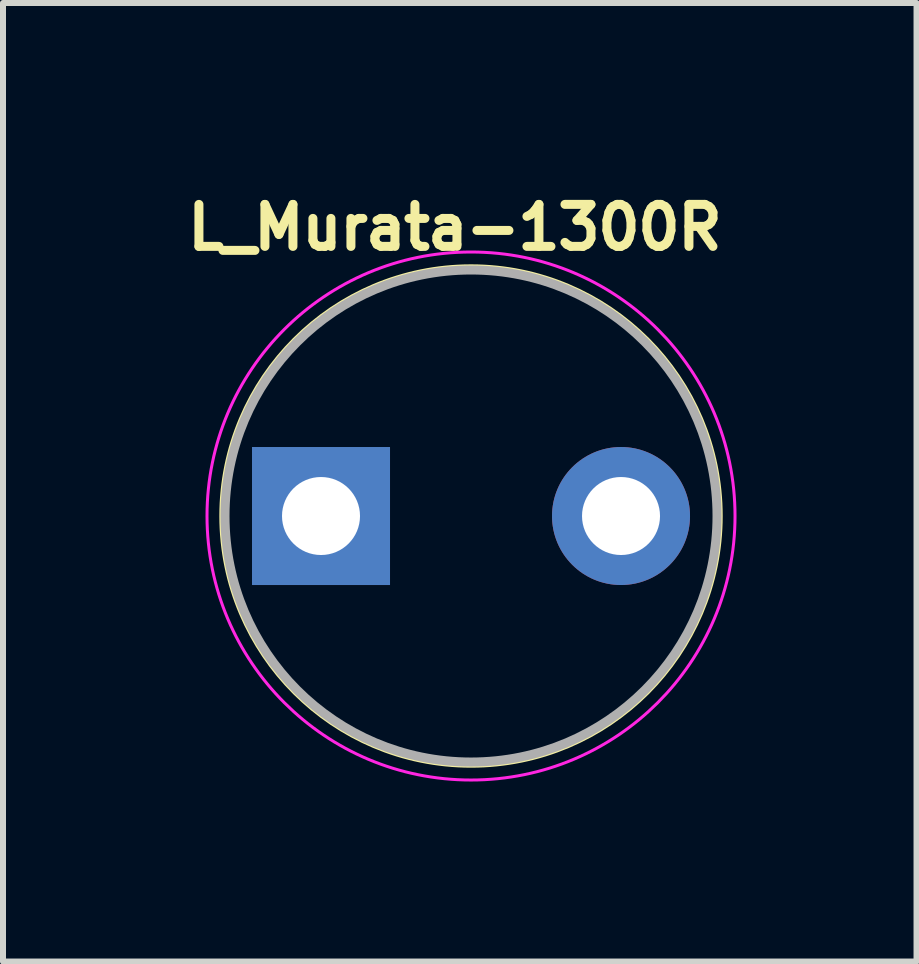
<source format=kicad_pcb>
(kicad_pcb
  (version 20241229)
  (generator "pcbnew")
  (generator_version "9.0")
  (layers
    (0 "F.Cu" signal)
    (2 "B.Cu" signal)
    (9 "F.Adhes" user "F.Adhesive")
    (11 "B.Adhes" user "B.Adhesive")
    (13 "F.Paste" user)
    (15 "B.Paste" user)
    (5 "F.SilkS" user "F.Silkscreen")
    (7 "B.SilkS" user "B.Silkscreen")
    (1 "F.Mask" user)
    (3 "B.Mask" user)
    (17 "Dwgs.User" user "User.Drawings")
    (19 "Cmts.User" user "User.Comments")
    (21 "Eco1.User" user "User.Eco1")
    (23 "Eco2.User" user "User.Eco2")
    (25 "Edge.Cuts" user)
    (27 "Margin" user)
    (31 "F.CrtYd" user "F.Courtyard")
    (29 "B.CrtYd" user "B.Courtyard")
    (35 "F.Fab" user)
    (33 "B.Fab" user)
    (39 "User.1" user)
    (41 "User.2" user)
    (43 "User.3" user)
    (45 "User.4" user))
  (footprint "L_Murata-1300R"
    (layer "F.Cu")
    (at 4.8 5.55)
    (property "Reference" "L_Murata-1300R" (at -4.8 -4.4 0) (layer "F.SilkS") (effects (font (size 0.7 0.7) (thickness 0.15)) (justify left bottom)))
    (attr through_hole)
    (fp_circle (center 0 0) (end 4.1 -0.4) (stroke (width 0.15) (type solid)) (fill no) (layer "F.SilkS"))
    (fp_circle (center 0 0) (end 4.4 0) (stroke (width 0.05) (type solid)) (fill no) (layer "F.CrtYd"))
    (fp_circle (center 0 0) (end 4.1 0) (stroke (width 0.15) (type solid)) (fill no) (layer "F.Fab"))
    (fp_line (start -4.1 0) (end -4.1 0) (stroke (width 0.02) (type solid)) (layer "User.9"))
    (fp_line (start -4.1 0) (end -4.094 0.21) (stroke (width 0.02) (type solid)) (layer "User.9"))
    (fp_line (start -4.094 -0.21) (end -4.1 0) (stroke (width 0.02) (type solid)) (layer "User.9"))
    (fp_line (start -4.094 0.21) (end -4.078 0.419) (stroke (width 0.02) (type solid)) (layer "User.9"))
    (fp_line (start -4.078 -0.419) (end -4.094 -0.21) (stroke (width 0.02) (type solid)) (layer "User.9"))
    (fp_line (start -4.078 0.419) (end -4.052 0.624) (stroke (width 0.02) (type solid)) (layer "User.9"))
    (fp_line (start -4.052 -0.624) (end -4.078 -0.419) (stroke (width 0.02) (type solid)) (layer "User.9"))
    (fp_line (start -4.052 0.624) (end -4.016 0.826) (stroke (width 0.02) (type solid)) (layer "User.9"))
    (fp_line (start -4.016 -0.826) (end -4.052 -0.624) (stroke (width 0.02) (type solid)) (layer "User.9"))
    (fp_line (start -4.016 0.826) (end -3.97 1.024) (stroke (width 0.02) (type solid)) (layer "User.9"))
    (fp_line (start -3.97 -1.024) (end -4.016 -0.826) (stroke (width 0.02) (type solid)) (layer "User.9"))
    (fp_line (start -3.97 1.024) (end -3.915 1.219) (stroke (width 0.02) (type solid)) (layer "User.9"))
    (fp_line (start -3.915 -1.219) (end -3.97 -1.024) (stroke (width 0.02) (type solid)) (layer "User.9"))
    (fp_line (start -3.915 1.219) (end -3.851 1.409) (stroke (width 0.02) (type solid)) (layer "User.9"))
    (fp_line (start -3.851 -1.409) (end -3.915 -1.219) (stroke (width 0.02) (type solid)) (layer "User.9"))
    (fp_line (start -3.851 1.409) (end -3.777 1.595) (stroke (width 0.02) (type solid)) (layer "User.9"))
    (fp_line (start -3.777 -1.595) (end -3.851 -1.409) (stroke (width 0.02) (type solid)) (layer "User.9"))
    (fp_line (start -3.777 1.595) (end -3.695 1.777) (stroke (width 0.02) (type solid)) (layer "User.9"))
    (fp_line (start -3.695 -1.777) (end -3.777 -1.595) (stroke (width 0.02) (type solid)) (layer "User.9"))
    (fp_line (start -3.695 1.777) (end -3.605 1.954) (stroke (width 0.02) (type solid)) (layer "User.9"))
    (fp_line (start -3.605 -1.954) (end -3.695 -1.777) (stroke (width 0.02) (type solid)) (layer "User.9"))
    (fp_line (start -3.605 1.954) (end -3.506 2.125) (stroke (width 0.02) (type solid)) (layer "User.9"))
    (fp_line (start -3.506 -2.125) (end -3.605 -1.954) (stroke (width 0.02) (type solid)) (layer "User.9"))
    (fp_line (start -3.506 2.125) (end -3.399 2.292) (stroke (width 0.02) (type solid)) (layer "User.9"))
    (fp_line (start -3.482 0) (end -3.482 0) (stroke (width 0.02) (type solid)) (layer "User.9"))
    (fp_line (start -3.482 0) (end -3.478 0.179) (stroke (width 0.02) (type solid)) (layer "User.9"))
    (fp_line (start -3.478 -0.179) (end -3.482 0) (stroke (width 0.02) (type solid)) (layer "User.9"))
    (fp_line (start -3.478 0.179) (end -3.464 0.356) (stroke (width 0.02) (type solid)) (layer "User.9"))
    (fp_line (start -3.464 -0.356) (end -3.478 -0.179) (stroke (width 0.02) (type solid)) (layer "User.9"))
    (fp_line (start -3.464 0.356) (end -3.442 0.53) (stroke (width 0.02) (type solid)) (layer "User.9"))
    (fp_line (start -3.442 -0.53) (end -3.464 -0.356) (stroke (width 0.02) (type solid)) (layer "User.9"))
    (fp_line (start -3.442 0.53) (end -3.412 0.701) (stroke (width 0.02) (type solid)) (layer "User.9"))
    (fp_line (start -3.412 -0.701) (end -3.442 -0.53) (stroke (width 0.02) (type solid)) (layer "User.9"))
    (fp_line (start -3.412 0.701) (end -3.373 0.87) (stroke (width 0.02) (type solid)) (layer "User.9"))
    (fp_line (start -3.399 -2.292) (end -3.506 -2.125) (stroke (width 0.02) (type solid)) (layer "User.9"))
    (fp_line (start -3.399 2.292) (end -3.285 2.453) (stroke (width 0.02) (type solid)) (layer "User.9"))
    (fp_line (start -3.373 -0.87) (end -3.412 -0.701) (stroke (width 0.02) (type solid)) (layer "User.9"))
    (fp_line (start -3.373 0.87) (end -3.326 1.035) (stroke (width 0.02) (type solid)) (layer "User.9"))
    (fp_line (start -3.326 -1.035) (end -3.373 -0.87) (stroke (width 0.02) (type solid)) (layer "User.9"))
    (fp_line (start -3.326 1.035) (end -3.271 1.197) (stroke (width 0.02) (type solid)) (layer "User.9"))
    (fp_line (start -3.285 -2.453) (end -3.399 -2.292) (stroke (width 0.02) (type solid)) (layer "User.9"))
    (fp_line (start -3.285 2.453) (end -3.163 2.607) (stroke (width 0.02) (type solid)) (layer "User.9"))
    (fp_line (start -3.271 -1.197) (end -3.326 -1.035) (stroke (width 0.02) (type solid)) (layer "User.9"))
    (fp_line (start -3.271 1.197) (end -3.209 1.355) (stroke (width 0.02) (type solid)) (layer "User.9"))
    (fp_line (start -3.25 0) (end -3.25 0) (stroke (width 0.02) (type solid)) (layer "User.9"))
    (fp_line (start -3.25 0) (end -3.245 0.167) (stroke (width 0.02) (type solid)) (layer "User.9"))
    (fp_line (start -3.245 -0.167) (end -3.25 0) (stroke (width 0.02) (type solid)) (layer "User.9"))
    (fp_line (start -3.245 0.167) (end -3.233 0.332) (stroke (width 0.02) (type solid)) (layer "User.9"))
    (fp_line (start -3.233 -0.332) (end -3.245 -0.167) (stroke (width 0.02) (type solid)) (layer "User.9"))
    (fp_line (start -3.233 0.332) (end -3.212 0.494) (stroke (width 0.02) (type solid)) (layer "User.9"))
    (fp_line (start -3.212 -0.494) (end -3.233 -0.332) (stroke (width 0.02) (type solid)) (layer "User.9"))
    (fp_line (start -3.212 0.494) (end -3.183 0.654) (stroke (width 0.02) (type solid)) (layer "User.9"))
    (fp_line (start -3.209 -1.355) (end -3.271 -1.197) (stroke (width 0.02) (type solid)) (layer "User.9"))
    (fp_line (start -3.209 1.355) (end -3.139 1.509) (stroke (width 0.02) (type solid)) (layer "User.9"))
    (fp_line (start -3.183 -0.654) (end -3.212 -0.494) (stroke (width 0.02) (type solid)) (layer "User.9"))
    (fp_line (start -3.183 0.654) (end -3.147 0.812) (stroke (width 0.02) (type solid)) (layer "User.9"))
    (fp_line (start -3.163 -2.607) (end -3.285 -2.453) (stroke (width 0.02) (type solid)) (layer "User.9"))
    (fp_line (start -3.163 2.607) (end -3.034 2.756) (stroke (width 0.02) (type solid)) (layer "User.9"))
    (fp_line (start -3.147 -0.812) (end -3.183 -0.654) (stroke (width 0.02) (type solid)) (layer "User.9"))
    (fp_line (start -3.147 0.812) (end -3.103 0.966) (stroke (width 0.02) (type solid)) (layer "User.9"))
    (fp_line (start -3.139 -1.509) (end -3.209 -1.355) (stroke (width 0.02) (type solid)) (layer "User.9"))
    (fp_line (start -3.139 1.509) (end -3.062 1.66) (stroke (width 0.02) (type solid)) (layer "User.9"))
    (fp_line (start -3.103 -0.966) (end -3.147 -0.812) (stroke (width 0.02) (type solid)) (layer "User.9"))
    (fp_line (start -3.103 0.966) (end -3.052 1.117) (stroke (width 0.02) (type solid)) (layer "User.9"))
    (fp_line (start -3.062 -1.66) (end -3.139 -1.509) (stroke (width 0.02) (type solid)) (layer "User.9"))
    (fp_line (start -3.062 1.66) (end -2.978 1.805) (stroke (width 0.02) (type solid)) (layer "User.9"))
    (fp_line (start -3.052 -1.117) (end -3.103 -0.966) (stroke (width 0.02) (type solid)) (layer "User.9"))
    (fp_line (start -3.052 1.117) (end -2.994 1.265) (stroke (width 0.02) (type solid)) (layer "User.9"))
    (fp_line (start -3.034 -2.756) (end -3.163 -2.607) (stroke (width 0.02) (type solid)) (layer "User.9"))
    (fp_line (start -3.034 2.756) (end -2.899 2.899) (stroke (width 0.02) (type solid)) (layer "User.9"))
    (fp_line (start -2.994 -1.265) (end -3.052 -1.117) (stroke (width 0.02) (type solid)) (layer "User.9"))
    (fp_line (start -2.994 1.265) (end -2.929 1.409) (stroke (width 0.02) (type solid)) (layer "User.9"))
    (fp_line (start -2.978 -1.805) (end -3.062 -1.66) (stroke (width 0.02) (type solid)) (layer "User.9"))
    (fp_line (start -2.978 1.805) (end -2.888 1.947) (stroke (width 0.02) (type solid)) (layer "User.9"))
    (fp_line (start -2.932 -1.4) (end -2.913 -1.401) (stroke (width 0.02) (type solid)) (layer "User.9"))
    (fp_line (start -2.929 -1.409) (end -2.994 -1.265) (stroke (width 0.02) (type solid)) (layer "User.9"))
    (fp_line (start -2.929 1.409) (end -2.857 1.549) (stroke (width 0.02) (type solid)) (layer "User.9"))
    (fp_line (start -2.913 -1.401) (end -2.894 -1.404) (stroke (width 0.02) (type solid)) (layer "User.9"))
    (fp_line (start -2.899 -2.899) (end -3.034 -2.756) (stroke (width 0.02) (type solid)) (layer "User.9"))
    (fp_line (start -2.899 2.899) (end -2.756 3.034) (stroke (width 0.02) (type solid)) (layer "User.9"))
    (fp_line (start -2.894 -1.404) (end -2.876 -1.407) (stroke (width 0.02) (type solid)) (layer "User.9"))
    (fp_line (start -2.888 -1.947) (end -2.978 -1.805) (stroke (width 0.02) (type solid)) (layer "User.9"))
    (fp_line (start -2.888 1.947) (end -2.79 2.083) (stroke (width 0.02) (type solid)) (layer "User.9"))
    (fp_line (start -2.876 -1.407) (end -2.857 -1.412) (stroke (width 0.02) (type solid)) (layer "User.9"))
    (fp_line (start -2.874 -1.515) (end -2.874 -1.515) (stroke (width 0.02) (type solid)) (layer "User.9"))
    (fp_line (start -2.874 -1.515) (end -2.874 -1.515) (stroke (width 0.02) (type solid)) (layer "User.9"))
    (fp_line (start -2.873 -1.514) (end -2.874 -1.515) (stroke (width 0.02) (type solid)) (layer "User.9"))
    (fp_line (start -2.873 -1.514) (end -2.874 -1.515) (stroke (width 0.02) (type solid)) (layer "User.9"))
    (fp_line (start -2.873 -1.514) (end -2.873 -1.514) (stroke (width 0.02) (type solid)) (layer "User.9"))
    (fp_line (start -2.873 -1.514) (end -2.873 -1.514) (stroke (width 0.02) (type solid)) (layer "User.9"))
    (fp_line (start -2.872 -1.514) (end -2.873 -1.514) (stroke (width 0.02) (type solid)) (layer "User.9"))
    (fp_line (start -2.872 -1.514) (end -2.873 -1.514) (stroke (width 0.02) (type solid)) (layer "User.9"))
    (fp_line (start -2.865 -1.51) (end -2.872 -1.514) (stroke (width 0.02) (type solid)) (layer "User.9"))
    (fp_line (start -2.857 -1.549) (end -2.929 -1.409) (stroke (width 0.02) (type solid)) (layer "User.9"))
    (fp_line (start -2.857 -1.506) (end -2.865 -1.51) (stroke (width 0.02) (type solid)) (layer "User.9"))
    (fp_line (start -2.857 -1.412) (end -2.84 -1.418) (stroke (width 0.02) (type solid)) (layer "User.9"))
    (fp_line (start -2.857 1.549) (end -2.779 1.685) (stroke (width 0.02) (type solid)) (layer "User.9"))
    (fp_line (start -2.85 -1.503) (end -2.857 -1.506) (stroke (width 0.02) (type solid)) (layer "User.9"))
    (fp_line (start -2.842 -1.501) (end -2.85 -1.503) (stroke (width 0.02) (type solid)) (layer "User.9"))
    (fp_line (start -2.84 -1.418) (end -2.822 -1.425) (stroke (width 0.02) (type solid)) (layer "User.9"))
    (fp_line (start -2.834 -1.499) (end -2.842 -1.501) (stroke (width 0.02) (type solid)) (layer "User.9"))
    (fp_line (start -2.826 -1.498) (end -2.834 -1.499) (stroke (width 0.02) (type solid)) (layer "User.9"))
    (fp_line (start -2.822 -1.425) (end -2.805 -1.433) (stroke (width 0.02) (type solid)) (layer "User.9"))
    (fp_line (start -2.818 -1.497) (end -2.826 -1.498) (stroke (width 0.02) (type solid)) (layer "User.9"))
    (fp_line (start -2.81 -1.497) (end -2.818 -1.497) (stroke (width 0.02) (type solid)) (layer "User.9"))
    (fp_line (start -2.805 -1.433) (end -2.789 -1.443) (stroke (width 0.02) (type solid)) (layer "User.9"))
    (fp_line (start -2.801 -1.497) (end -2.81 -1.497) (stroke (width 0.02) (type solid)) (layer "User.9"))
    (fp_line (start -2.793 -1.498) (end -2.801 -1.497) (stroke (width 0.02) (type solid)) (layer "User.9"))
    (fp_line (start -2.79 -2.083) (end -2.888 -1.947) (stroke (width 0.02) (type solid)) (layer "User.9"))
    (fp_line (start -2.79 2.083) (end -2.687 2.215) (stroke (width 0.02) (type solid)) (layer "User.9"))
    (fp_line (start -2.789 -1.443) (end -2.773 -1.453) (stroke (width 0.02) (type solid)) (layer "User.9"))
    (fp_line (start -2.785 -1.499) (end -2.793 -1.498) (stroke (width 0.02) (type solid)) (layer "User.9"))
    (fp_line (start -2.779 -1.685) (end -2.857 -1.549) (stroke (width 0.02) (type solid)) (layer "User.9"))
    (fp_line (start -2.779 1.685) (end -2.694 1.817) (stroke (width 0.02) (type solid)) (layer "User.9"))
    (fp_line (start -2.777 -1.501) (end -2.785 -1.499) (stroke (width 0.02) (type solid)) (layer "User.9"))
    (fp_line (start -2.773 -1.453) (end -2.758 -1.464) (stroke (width 0.02) (type solid)) (layer "User.9"))
    (fp_line (start -2.77 -1.455) (end -2.872 -1.514) (stroke (width 0.02) (type solid)) (layer "User.9"))
    (fp_line (start -2.769 -1.503) (end -2.777 -1.501) (stroke (width 0.02) (type solid)) (layer "User.9"))
    (fp_line (start -2.762 -1.506) (end -2.769 -1.503) (stroke (width 0.02) (type solid)) (layer "User.9"))
    (fp_line (start -2.758 -1.464) (end -2.744 -1.476) (stroke (width 0.02) (type solid)) (layer "User.9"))
    (fp_line (start -2.756 -3.034) (end -2.899 -2.899) (stroke (width 0.02) (type solid)) (layer "User.9"))
    (fp_line (start -2.756 3.034) (end -2.607 3.163) (stroke (width 0.02) (type solid)) (layer "User.9"))
    (fp_line (start -2.754 -1.509) (end -2.762 -1.506) (stroke (width 0.02) (type solid)) (layer "User.9"))
    (fp_line (start -2.75 -1.732) (end -2.749 -1.731) (stroke (width 0.02) (type solid)) (layer "User.9"))
    (fp_line (start -2.75 -1.732) (end -2.749 -1.731) (stroke (width 0.02) (type solid)) (layer "User.9"))
    (fp_line (start -2.749 -1.731) (end -2.748 -1.731) (stroke (width 0.02) (type solid)) (layer "User.9"))
    (fp_line (start -2.749 -1.731) (end -2.748 -1.731) (stroke (width 0.02) (type solid)) (layer "User.9"))
    (fp_line (start -2.748 -1.731) (end -2.748 -1.731) (stroke (width 0.02) (type solid)) (layer "User.9"))
    (fp_line (start -2.748 -1.731) (end -2.748 -1.731) (stroke (width 0.02) (type solid)) (layer "User.9"))
    (fp_line (start -2.748 -1.731) (end -2.747 -1.73) (stroke (width 0.02) (type solid)) (layer "User.9"))
    (fp_line (start -2.748 -1.731) (end -2.747 -1.73) (stroke (width 0.02) (type solid)) (layer "User.9"))
    (fp_line (start -2.747 -1.73) (end -2.744 -1.728) (stroke (width 0.02) (type solid)) (layer "User.9"))
    (fp_line (start -2.747 -1.513) (end -2.754 -1.509) (stroke (width 0.02) (type solid)) (layer "User.9"))
    (fp_line (start -2.747 -1.513) (end -2.747 -1.513) (stroke (width 0.02) (type solid)) (layer "User.9"))
    (fp_line (start -2.744 -1.728) (end -2.74 -1.726) (stroke (width 0.02) (type solid)) (layer "User.9"))
    (fp_line (start -2.744 -1.476) (end -2.73 -1.489) (stroke (width 0.02) (type solid)) (layer "User.9"))
    (fp_line (start -2.74 -1.726) (end -2.737 -1.724) (stroke (width 0.02) (type solid)) (layer "User.9"))
    (fp_line (start -2.74 -1.518) (end -2.747 -1.513) (stroke (width 0.02) (type solid)) (layer "User.9"))
    (fp_line (start -2.737 -1.724) (end -2.733 -1.721) (stroke (width 0.02) (type solid)) (layer "User.9"))
    (fp_line (start -2.733 -1.721) (end -2.73 -1.719) (stroke (width 0.02) (type solid)) (layer "User.9"))
    (fp_line (start -2.733 -1.522) (end -2.74 -1.518) (stroke (width 0.02) (type solid)) (layer "User.9"))
    (fp_line (start -2.73 -1.719) (end -2.727 -1.716) (stroke (width 0.02) (type solid)) (layer "User.9"))
    (fp_line (start -2.73 -1.489) (end -2.717 -1.503) (stroke (width 0.02) (type solid)) (layer "User.9"))
    (fp_line (start -2.727 -1.716) (end -2.724 -1.713) (stroke (width 0.02) (type solid)) (layer "User.9"))
    (fp_line (start -2.727 -1.528) (end -2.733 -1.522) (stroke (width 0.02) (type solid)) (layer "User.9"))
    (fp_line (start -2.724 -1.713) (end -2.721 -1.71) (stroke (width 0.02) (type solid)) (layer "User.9"))
    (fp_line (start -2.721 -1.71) (end -2.718 -1.707) (stroke (width 0.02) (type solid)) (layer "User.9"))
    (fp_line (start -2.721 -1.533) (end -2.727 -1.528) (stroke (width 0.02) (type solid)) (layer "User.9"))
    (fp_line (start -2.718 -1.707) (end -2.715 -1.704) (stroke (width 0.02) (type solid)) (layer "User.9"))
    (fp_line (start -2.717 -1.503) (end -2.705 -1.518) (stroke (width 0.02) (type solid)) (layer "User.9"))
    (fp_line (start -2.715 -1.704) (end -2.713 -1.701) (stroke (width 0.02) (type solid)) (layer "User.9"))
    (fp_line (start -2.715 -1.539) (end -2.721 -1.533) (stroke (width 0.02) (type solid)) (layer "User.9"))
    (fp_line (start -2.713 -1.701) (end -2.71 -1.698) (stroke (width 0.02) (type solid)) (layer "User.9"))
    (fp_line (start -2.71 -1.698) (end -2.708 -1.695) (stroke (width 0.02) (type solid)) (layer "User.9"))
    (fp_line (start -2.71 -1.546) (end -2.715 -1.539) (stroke (width 0.02) (type solid)) (layer "User.9"))
    (fp_line (start -2.708 -1.695) (end -2.705 -1.691) (stroke (width 0.02) (type solid)) (layer "User.9"))
    (fp_line (start -2.705 -1.691) (end -2.703 -1.688) (stroke (width 0.02) (type solid)) (layer "User.9"))
    (fp_line (start -2.705 -1.552) (end -2.71 -1.546) (stroke (width 0.02) (type solid)) (layer "User.9"))
    (fp_line (start -2.705 -1.518) (end -2.694 -1.533) (stroke (width 0.02) (type solid)) (layer "User.9"))
    (fp_line (start -2.703 -1.688) (end -2.701 -1.685) (stroke (width 0.02) (type solid)) (layer "User.9"))
    (fp_line (start -2.701 -1.685) (end -2.699 -1.681) (stroke (width 0.02) (type solid)) (layer "User.9"))
    (fp_line (start -2.701 -1.559) (end -2.705 -1.552) (stroke (width 0.02) (type solid)) (layer "User.9"))
    (fp_line (start -2.699 -1.681) (end -2.697 -1.677) (stroke (width 0.02) (type solid)) (layer "User.9"))
    (fp_line (start -2.697 -1.677) (end -2.695 -1.674) (stroke (width 0.02) (type solid)) (layer "User.9"))
    (fp_line (start -2.697 -1.566) (end -2.701 -1.559) (stroke (width 0.02) (type solid)) (layer "User.9"))
    (fp_line (start -2.695 -1.674) (end -2.694 -1.67) (stroke (width 0.02) (type solid)) (layer "User.9"))
    (fp_line (start -2.694 -1.817) (end -2.779 -1.685) (stroke (width 0.02) (type solid)) (layer "User.9"))
    (fp_line (start -2.694 -1.67) (end -2.692 -1.666) (stroke (width 0.02) (type solid)) (layer "User.9"))
    (fp_line (start -2.694 -1.574) (end -2.697 -1.566) (stroke (width 0.02) (type solid)) (layer "User.9"))
    (fp_line (start -2.694 -1.533) (end -2.684 -1.55) (stroke (width 0.02) (type solid)) (layer "User.9"))
    (fp_line (start -2.694 1.817) (end -2.604 1.944) (stroke (width 0.02) (type solid)) (layer "User.9"))
    (fp_line (start -2.692 -1.666) (end -2.691 -1.662) (stroke (width 0.02) (type solid)) (layer "User.9"))
    (fp_line (start -2.691 -1.662) (end -2.69 -1.659) (stroke (width 0.02) (type solid)) (layer "User.9"))
    (fp_line (start -2.691 -1.581) (end -2.694 -1.574) (stroke (width 0.02) (type solid)) (layer "User.9"))
    (fp_line (start -2.69 -1.659) (end -2.688 -1.655) (stroke (width 0.02) (type solid)) (layer "User.9"))
    (fp_line (start -2.688 -1.655) (end -2.687 -1.651) (stroke (width 0.02) (type solid)) (layer "User.9"))
    (fp_line (start -2.688 -1.589) (end -2.691 -1.581) (stroke (width 0.02) (type solid)) (layer "User.9"))
    (fp_line (start -2.687 -2.215) (end -2.79 -2.083) (stroke (width 0.02) (type solid)) (layer "User.9"))
    (fp_line (start -2.687 -1.651) (end -2.687 -1.647) (stroke (width 0.02) (type solid)) (layer "User.9"))
    (fp_line (start -2.687 -1.647) (end -2.686 -1.643) (stroke (width 0.02) (type solid)) (layer "User.9"))
    (fp_line (start -2.687 2.215) (end -2.578 2.341) (stroke (width 0.02) (type solid)) (layer "User.9"))
    (fp_line (start -2.686 -1.643) (end -2.685 -1.638) (stroke (width 0.02) (type solid)) (layer "User.9"))
    (fp_line (start -2.686 -1.597) (end -2.688 -1.589) (stroke (width 0.02) (type solid)) (layer "User.9"))
    (fp_line (start -2.685 -1.638) (end -2.685 -1.634) (stroke (width 0.02) (type solid)) (layer "User.9"))
    (fp_line (start -2.685 -1.634) (end -2.684 -1.63) (stroke (width 0.02) (type solid)) (layer "User.9"))
    (fp_line (start -2.685 -1.605) (end -2.686 -1.597) (stroke (width 0.02) (type solid)) (layer "User.9"))
    (fp_line (start -2.684 -1.63) (end -2.684 -1.626) (stroke (width 0.02) (type solid)) (layer "User.9"))
    (fp_line (start -2.684 -1.626) (end -2.684 -1.622) (stroke (width 0.02) (type solid)) (layer "User.9"))
    (fp_line (start -2.684 -1.622) (end -2.684 -1.622) (stroke (width 0.02) (type solid)) (layer "User.9"))
    (fp_line (start -2.684 -1.622) (end -2.684 -1.613) (stroke (width 0.02) (type solid)) (layer "User.9"))
    (fp_line (start -2.684 -1.613) (end -2.685 -1.605) (stroke (width 0.02) (type solid)) (layer "User.9"))
    (fp_line (start -2.684 -1.55) (end -2.684 -1.55) (stroke (width 0.02) (type solid)) (layer "User.9"))
    (fp_line (start -2.684 -1.55) (end -2.675 -1.566) (stroke (width 0.02) (type solid)) (layer "User.9"))
    (fp_line (start -2.675 -1.566) (end -2.667 -1.584) (stroke (width 0.02) (type solid)) (layer "User.9"))
    (fp_line (start -2.67 -1.822) (end -2.679 -1.839) (stroke (width 0.02) (type solid)) (layer "User.9"))
    (fp_line (start -2.667 -1.584) (end -2.66 -1.602) (stroke (width 0.02) (type solid)) (layer "User.9"))
    (fp_line (start -2.663 -1.804) (end -2.67 -1.822) (stroke (width 0.02) (type solid)) (layer "User.9"))
    (fp_line (start -2.66 -1.602) (end -2.655 -1.62) (stroke (width 0.02) (type solid)) (layer "User.9"))
    (fp_line (start -2.657 -1.786) (end -2.663 -1.804) (stroke (width 0.02) (type solid)) (layer "User.9"))
    (fp_line (start -2.655 -1.62) (end -2.65 -1.638) (stroke (width 0.02) (type solid)) (layer "User.9"))
    (fp_line (start -2.652 -1.768) (end -2.657 -1.786) (stroke (width 0.02) (type solid)) (layer "User.9"))
    (fp_line (start -2.65 -1.638) (end -2.647 -1.656) (stroke (width 0.02) (type solid)) (layer "User.9"))
    (fp_line (start -2.648 -1.75) (end -2.652 -1.768) (stroke (width 0.02) (type solid)) (layer "User.9"))
    (fp_line (start -2.647 -1.656) (end -2.645 -1.675) (stroke (width 0.02) (type solid)) (layer "User.9"))
    (fp_line (start -2.646 -1.731) (end -2.648 -1.75) (stroke (width 0.02) (type solid)) (layer "User.9"))
    (fp_line (start -2.645 -1.675) (end -2.644 -1.694) (stroke (width 0.02) (type solid)) (layer "User.9"))
    (fp_line (start -2.645 -1.671) (end -2.747 -1.73) (stroke (width 0.02) (type solid)) (layer "User.9"))
    (fp_line (start -2.644 -1.712) (end -2.646 -1.731) (stroke (width 0.02) (type solid)) (layer "User.9"))
    (fp_line (start -2.644 -1.694) (end -2.644 -1.712) (stroke (width 0.02) (type solid)) (layer "User.9"))
    (fp_line (start -2.607 -3.163) (end -2.756 -3.034) (stroke (width 0.02) (type solid)) (layer "User.9"))
    (fp_line (start -2.607 3.163) (end -2.453 3.285) (stroke (width 0.02) (type solid)) (layer "User.9"))
    (fp_line (start -2.604 -1.944) (end -2.694 -1.817) (stroke (width 0.02) (type solid)) (layer "User.9"))
    (fp_line (start -2.604 1.944) (end -2.507 2.067) (stroke (width 0.02) (type solid)) (layer "User.9"))
    (fp_line (start -2.578 -2.341) (end -2.687 -2.215) (stroke (width 0.02) (type solid)) (layer "User.9"))
    (fp_line (start -2.578 2.341) (end -2.462 2.462) (stroke (width 0.02) (type solid)) (layer "User.9"))
    (fp_line (start -2.507 -2.067) (end -2.604 -1.944) (stroke (width 0.02) (type solid)) (layer "User.9"))
    (fp_line (start -2.507 2.067) (end -2.405 2.185) (stroke (width 0.02) (type solid)) (layer "User.9"))
    (fp_line (start -2.506 0.618) (end -2.506 -0.365) (stroke (width 0.02) (type solid)) (layer "User.9"))
    (fp_line (start -2.462 -2.462) (end -2.578 -2.341) (stroke (width 0.02) (type solid)) (layer "User.9"))
    (fp_line (start -2.462 2.462) (end -2.341 2.578) (stroke (width 0.02) (type solid)) (layer "User.9"))
    (fp_line (start -2.453 -3.285) (end -2.607 -3.163) (stroke (width 0.02) (type solid)) (layer "User.9"))
    (fp_line (start -2.453 3.285) (end -2.292 3.399) (stroke (width 0.02) (type solid)) (layer "User.9"))
    (fp_line (start -2.405 -2.185) (end -2.507 -2.067) (stroke (width 0.02) (type solid)) (layer "User.9"))
    (fp_line (start -2.405 2.185) (end -2.298 2.298) (stroke (width 0.02) (type solid)) (layer "User.9"))
    (fp_line (start -2.341 -2.578) (end -2.462 -2.462) (stroke (width 0.02) (type solid)) (layer "User.9"))
    (fp_line (start -2.341 2.578) (end -2.215 2.687) (stroke (width 0.02) (type solid)) (layer "User.9"))
    (fp_line (start -2.298 -2.298) (end -2.405 -2.185) (stroke (width 0.02) (type solid)) (layer "User.9"))
    (fp_line (start -2.298 2.298) (end -2.185 2.405) (stroke (width 0.02) (type solid)) (layer "User.9"))
    (fp_line (start -2.292 -3.399) (end -2.453 -3.285) (stroke (width 0.02) (type solid)) (layer "User.9"))
    (fp_line (start -2.292 3.399) (end -2.125 3.506) (stroke (width 0.02) (type solid)) (layer "User.9"))
    (fp_line (start -2.215 -2.687) (end -2.341 -2.578) (stroke (width 0.02) (type solid)) (layer "User.9"))
    (fp_line (start -2.215 2.687) (end -2.083 2.79) (stroke (width 0.02) (type solid)) (layer "User.9"))
    (fp_line (start -2.185 -2.405) (end -2.298 -2.298) (stroke (width 0.02) (type solid)) (layer "User.9"))
    (fp_line (start -2.185 2.405) (end -2.067 2.507) (stroke (width 0.02) (type solid)) (layer "User.9"))
    (fp_line (start -2.125 -3.506) (end -2.292 -3.399) (stroke (width 0.02) (type solid)) (layer "User.9"))
    (fp_line (start -2.125 3.506) (end -1.954 3.605) (stroke (width 0.02) (type solid)) (layer "User.9"))
    (fp_line (start -2.083 -2.79) (end -2.215 -2.687) (stroke (width 0.02) (type solid)) (layer "User.9"))
    (fp_line (start -2.083 2.79) (end -1.947 2.888) (stroke (width 0.02) (type solid)) (layer "User.9"))
    (fp_line (start -2.067 -2.507) (end -2.185 -2.405) (stroke (width 0.02) (type solid)) (layer "User.9"))
    (fp_line (start -2.067 2.507) (end -1.944 2.604) (stroke (width 0.02) (type solid)) (layer "User.9"))
    (fp_line (start -1.954 -3.605) (end -2.125 -3.506) (stroke (width 0.02) (type solid)) (layer "User.9"))
    (fp_line (start -1.954 3.605) (end -1.777 3.695) (stroke (width 0.02) (type solid)) (layer "User.9"))
    (fp_line (start -1.947 -2.888) (end -2.083 -2.79) (stroke (width 0.02) (type solid)) (layer "User.9"))
    (fp_line (start -1.947 2.888) (end -1.805 2.978) (stroke (width 0.02) (type solid)) (layer "User.9"))
    (fp_line (start -1.944 -2.604) (end -2.067 -2.507) (stroke (width 0.02) (type solid)) (layer "User.9"))
    (fp_line (start -1.944 2.604) (end -1.817 2.694) (stroke (width 0.02) (type solid)) (layer "User.9"))
    (fp_line (start -1.817 -2.694) (end -1.944 -2.604) (stroke (width 0.02) (type solid)) (layer "User.9"))
    (fp_line (start -1.817 2.694) (end -1.685 2.779) (stroke (width 0.02) (type solid)) (layer "User.9"))
    (fp_line (start -1.805 -2.978) (end -1.947 -2.888) (stroke (width 0.02) (type solid)) (layer "User.9"))
    (fp_line (start -1.805 2.978) (end -1.66 3.062) (stroke (width 0.02) (type solid)) (layer "User.9"))
    (fp_line (start -1.777 -3.695) (end -1.954 -3.605) (stroke (width 0.02) (type solid)) (layer "User.9"))
    (fp_line (start -1.777 3.695) (end -1.595 3.777) (stroke (width 0.02) (type solid)) (layer "User.9"))
    (fp_line (start -1.685 -2.779) (end -1.817 -2.694) (stroke (width 0.02) (type solid)) (layer "User.9"))
    (fp_line (start -1.685 2.779) (end -1.549 2.857) (stroke (width 0.02) (type solid)) (layer "User.9"))
    (fp_line (start -1.66 -3.062) (end -1.805 -2.978) (stroke (width 0.02) (type solid)) (layer "User.9"))
    (fp_line (start -1.66 3.062) (end -1.509 3.139) (stroke (width 0.02) (type solid)) (layer "User.9"))
    (fp_line (start -1.595 -3.777) (end -1.777 -3.695) (stroke (width 0.02) (type solid)) (layer "User.9"))
    (fp_line (start -1.595 3.777) (end -1.409 3.851) (stroke (width 0.02) (type solid)) (layer "User.9"))
    (fp_line (start -1.549 -2.857) (end -1.685 -2.779) (stroke (width 0.02) (type solid)) (layer "User.9"))
    (fp_line (start -1.549 2.857) (end -1.409 2.929) (stroke (width 0.02) (type solid)) (layer "User.9"))
    (fp_line (start -1.509 -3.139) (end -1.66 -3.062) (stroke (width 0.02) (type solid)) (layer "User.9"))
    (fp_line (start -1.509 3.139) (end -1.355 3.209) (stroke (width 0.02) (type solid)) (layer "User.9"))
    (fp_line (start -1.409 -3.851) (end -1.595 -3.777) (stroke (width 0.02) (type solid)) (layer "User.9"))
    (fp_line (start -1.409 -2.929) (end -1.549 -2.857) (stroke (width 0.02) (type solid)) (layer "User.9"))
    (fp_line (start -1.409 2.929) (end -1.265 2.994) (stroke (width 0.02) (type solid)) (layer "User.9"))
    (fp_line (start -1.409 3.851) (end -1.219 3.915) (stroke (width 0.02) (type solid)) (layer "User.9"))
    (fp_line (start -1.355 -3.209) (end -1.509 -3.139) (stroke (width 0.02) (type solid)) (layer "User.9"))
    (fp_line (start -1.355 3.209) (end -1.197 3.271) (stroke (width 0.02) (type solid)) (layer "User.9"))
    (fp_line (start -1.265 -2.994) (end -1.409 -2.929) (stroke (width 0.02) (type solid)) (layer "User.9"))
    (fp_line (start -1.265 2.994) (end -1.117 3.052) (stroke (width 0.02) (type solid)) (layer "User.9"))
    (fp_line (start -1.219 -3.915) (end -1.409 -3.851) (stroke (width 0.02) (type solid)) (layer "User.9"))
    (fp_line (start -1.219 3.915) (end -1.024 3.97) (stroke (width 0.02) (type solid)) (layer "User.9"))
    (fp_line (start -1.197 -3.271) (end -1.355 -3.209) (stroke (width 0.02) (type solid)) (layer "User.9"))
    (fp_line (start -1.197 3.271) (end -1.035 3.326) (stroke (width 0.02) (type solid)) (layer "User.9"))
    (fp_line (start -1.117 -3.052) (end -1.265 -2.994) (stroke (width 0.02) (type solid)) (layer "User.9"))
    (fp_line (start -1.117 3.052) (end -0.966 3.103) (stroke (width 0.02) (type solid)) (layer "User.9"))
    (fp_line (start -1.035 -3.326) (end -1.197 -3.271) (stroke (width 0.02) (type solid)) (layer "User.9"))
    (fp_line (start -1.035 3.326) (end -0.87 3.373) (stroke (width 0.02) (type solid)) (layer "User.9"))
    (fp_line (start -1.024 -3.97) (end -1.219 -3.915) (stroke (width 0.02) (type solid)) (layer "User.9"))
    (fp_line (start -1.024 3.97) (end -0.826 4.016) (stroke (width 0.02) (type solid)) (layer "User.9"))
    (fp_line (start -0.966 -3.103) (end -1.117 -3.052) (stroke (width 0.02) (type solid)) (layer "User.9"))
    (fp_line (start -0.966 3.103) (end -0.812 3.147) (stroke (width 0.02) (type solid)) (layer "User.9"))
    (fp_line (start -0.87 -3.373) (end -1.035 -3.326) (stroke (width 0.02) (type solid)) (layer "User.9"))
    (fp_line (start -0.87 3.373) (end -0.701 3.412) (stroke (width 0.02) (type solid)) (layer "User.9"))
    (fp_line (start -0.826 -4.016) (end -1.024 -3.97) (stroke (width 0.02) (type solid)) (layer "User.9"))
    (fp_line (start -0.826 4.016) (end -0.624 4.052) (stroke (width 0.02) (type solid)) (layer "User.9"))
    (fp_line (start -0.812 -3.147) (end -0.966 -3.103) (stroke (width 0.02) (type solid)) (layer "User.9"))
    (fp_line (start -0.812 3.147) (end -0.654 3.183) (stroke (width 0.02) (type solid)) (layer "User.9"))
    (fp_line (start -0.701 -3.412) (end -0.87 -3.373) (stroke (width 0.02) (type solid)) (layer "User.9"))
    (fp_line (start -0.701 3.412) (end -0.53 3.442) (stroke (width 0.02) (type solid)) (layer "User.9"))
    (fp_line (start -0.654 -3.183) (end -0.812 -3.147) (stroke (width 0.02) (type solid)) (layer "User.9"))
    (fp_line (start -0.654 3.183) (end -0.494 3.212) (stroke (width 0.02) (type solid)) (layer "User.9"))
    (fp_line (start -0.624 -4.052) (end -0.826 -4.016) (stroke (width 0.02) (type solid)) (layer "User.9"))
    (fp_line (start -0.624 4.052) (end -0.419 4.078) (stroke (width 0.02) (type solid)) (layer "User.9"))
    (fp_line (start -0.53 -3.442) (end -0.701 -3.412) (stroke (width 0.02) (type solid)) (layer "User.9"))
    (fp_line (start -0.53 3.442) (end -0.356 3.464) (stroke (width 0.02) (type solid)) (layer "User.9"))
    (fp_line (start -0.494 -3.212) (end -0.654 -3.183) (stroke (width 0.02) (type solid)) (layer "User.9"))
    (fp_line (start -0.494 3.212) (end -0.332 3.233) (stroke (width 0.02) (type solid)) (layer "User.9"))
    (fp_line (start -0.419 -4.078) (end -0.624 -4.052) (stroke (width 0.02) (type solid)) (layer "User.9"))
    (fp_line (start -0.419 4.078) (end -0.21 4.094) (stroke (width 0.02) (type solid)) (layer "User.9"))
    (fp_line (start -0.356 -3.464) (end -0.53 -3.442) (stroke (width 0.02) (type solid)) (layer "User.9"))
    (fp_line (start -0.356 3.464) (end -0.179 3.478) (stroke (width 0.02) (type solid)) (layer "User.9"))
    (fp_line (start -0.332 -3.233) (end -0.494 -3.212) (stroke (width 0.02) (type solid)) (layer "User.9"))
    (fp_line (start -0.332 3.233) (end -0.167 3.245) (stroke (width 0.02) (type solid)) (layer "User.9"))
    (fp_line (start -0.21 -4.094) (end -0.419 -4.078) (stroke (width 0.02) (type solid)) (layer "User.9"))
    (fp_line (start -0.21 4.094) (end 0 4.1) (stroke (width 0.02) (type solid)) (layer "User.9"))
    (fp_line (start -0.179 -3.478) (end -0.356 -3.464) (stroke (width 0.02) (type solid)) (layer "User.9"))
    (fp_line (start -0.179 3.478) (end 0 3.482) (stroke (width 0.02) (type solid)) (layer "User.9"))
    (fp_line (start -0.167 -3.245) (end -0.332 -3.233) (stroke (width 0.02) (type solid)) (layer "User.9"))
    (fp_line (start -0.167 3.245) (end 0 3.25) (stroke (width 0.02) (type solid)) (layer "User.9"))
    (fp_line (start 0 -4.1) (end -0.21 -4.094) (stroke (width 0.02) (type solid)) (layer "User.9"))
    (fp_line (start 0 -4.1) (end 0 -4.1) (stroke (width 0.02) (type solid)) (layer "User.9"))
    (fp_line (start 0 -3.482) (end -0.179 -3.478) (stroke (width 0.02) (type solid)) (layer "User.9"))
    (fp_line (start 0 -3.482) (end 0 -3.482) (stroke (width 0.02) (type solid)) (layer "User.9"))
    (fp_line (start 0 -3.25) (end -0.167 -3.245) (stroke (width 0.02) (type solid)) (layer "User.9"))
    (fp_line (start 0 -3.25) (end 0 -3.25) (stroke (width 0.02) (type solid)) (layer "User.9"))
    (fp_line (start 0 3.25) (end 0 3.25) (stroke (width 0.02) (type solid)) (layer "User.9"))
    (fp_line (start 0 3.25) (end 0.167 3.245) (stroke (width 0.02) (type solid)) (layer "User.9"))
    (fp_line (start 0 3.482) (end 0 3.482) (stroke (width 0.02) (type solid)) (layer "User.9"))
    (fp_line (start 0 3.482) (end 0.179 3.478) (stroke (width 0.02) (type solid)) (layer "User.9"))
    (fp_line (start 0 4.1) (end 0 4.1) (stroke (width 0.02) (type solid)) (layer "User.9"))
    (fp_line (start 0 4.1) (end 0.21 4.094) (stroke (width 0.02) (type solid)) (layer "User.9"))
    (fp_line (start 0.167 -3.245) (end 0 -3.25) (stroke (width 0.02) (type solid)) (layer "User.9"))
    (fp_line (start 0.167 3.245) (end 0.332 3.233) (stroke (width 0.02) (type solid)) (layer "User.9"))
    (fp_line (start 0.179 -3.478) (end 0 -3.482) (stroke (width 0.02) (type solid)) (layer "User.9"))
    (fp_line (start 0.179 3.478) (end 0.356 3.464) (stroke (width 0.02) (type solid)) (layer "User.9"))
    (fp_line (start 0.21 -4.094) (end 0 -4.1) (stroke (width 0.02) (type solid)) (layer "User.9"))
    (fp_line (start 0.21 4.094) (end 0.419 4.078) (stroke (width 0.02) (type solid)) (layer "User.9"))
    (fp_line (start 0.332 -3.233) (end 0.167 -3.245) (stroke (width 0.02) (type solid)) (layer "User.9"))
    (fp_line (start 0.332 3.233) (end 0.494 3.212) (stroke (width 0.02) (type solid)) (layer "User.9"))
    (fp_line (start 0.356 -3.464) (end 0.179 -3.478) (stroke (width 0.02) (type solid)) (layer "User.9"))
    (fp_line (start 0.356 3.464) (end 0.53 3.442) (stroke (width 0.02) (type solid)) (layer "User.9"))
    (fp_line (start 0.419 -4.078) (end 0.21 -4.094) (stroke (width 0.02) (type solid)) (layer "User.9"))
    (fp_line (start 0.419 4.078) (end 0.624 4.052) (stroke (width 0.02) (type solid)) (layer "User.9"))
    (fp_line (start 0.494 -3.212) (end 0.332 -3.233) (stroke (width 0.02) (type solid)) (layer "User.9"))
    (fp_line (start 0.494 3.212) (end 0.654 3.183) (stroke (width 0.02) (type solid)) (layer "User.9"))
    (fp_line (start 0.53 -3.442) (end 0.356 -3.464) (stroke (width 0.02) (type solid)) (layer "User.9"))
    (fp_line (start 0.53 3.442) (end 0.701 3.412) (stroke (width 0.02) (type solid)) (layer "User.9"))
    (fp_line (start 0.624 -4.052) (end 0.419 -4.078) (stroke (width 0.02) (type solid)) (layer "User.9"))
    (fp_line (start 0.624 4.052) (end 0.826 4.016) (stroke (width 0.02) (type solid)) (layer "User.9"))
    (fp_line (start 0.654 -3.183) (end 0.494 -3.212) (stroke (width 0.02) (type solid)) (layer "User.9"))
    (fp_line (start 0.654 3.183) (end 0.812 3.147) (stroke (width 0.02) (type solid)) (layer "User.9"))
    (fp_line (start 0.701 -3.412) (end 0.53 -3.442) (stroke (width 0.02) (type solid)) (layer "User.9"))
    (fp_line (start 0.701 3.412) (end 0.87 3.373) (stroke (width 0.02) (type solid)) (layer "User.9"))
    (fp_line (start 0.812 -3.147) (end 0.654 -3.183) (stroke (width 0.02) (type solid)) (layer "User.9"))
    (fp_line (start 0.812 3.147) (end 0.966 3.103) (stroke (width 0.02) (type solid)) (layer "User.9"))
    (fp_line (start 0.826 -4.016) (end 0.624 -4.052) (stroke (width 0.02) (type solid)) (layer "User.9"))
    (fp_line (start 0.826 4.016) (end 1.024 3.97) (stroke (width 0.02) (type solid)) (layer "User.9"))
    (fp_line (start 0.87 -3.373) (end 0.701 -3.412) (stroke (width 0.02) (type solid)) (layer "User.9"))
    (fp_line (start 0.87 3.373) (end 1.035 3.326) (stroke (width 0.02) (type solid)) (layer "User.9"))
    (fp_line (start 0.966 -3.103) (end 0.812 -3.147) (stroke (width 0.02) (type solid)) (layer "User.9"))
    (fp_line (start 0.966 3.103) (end 1.117 3.052) (stroke (width 0.02) (type solid)) (layer "User.9"))
    (fp_line (start 1.024 -3.97) (end 0.826 -4.016) (stroke (width 0.02) (type solid)) (layer "User.9"))
    (fp_line (start 1.024 3.97) (end 1.219 3.915) (stroke (width 0.02) (type solid)) (layer "User.9"))
    (fp_line (start 1.035 -3.326) (end 0.87 -3.373) (stroke (width 0.02) (type solid)) (layer "User.9"))
    (fp_line (start 1.035 3.326) (end 1.197 3.271) (stroke (width 0.02) (type solid)) (layer "User.9"))
    (fp_line (start 1.117 -3.052) (end 0.966 -3.103) (stroke (width 0.02) (type solid)) (layer "User.9"))
    (fp_line (start 1.117 3.052) (end 1.265 2.994) (stroke (width 0.02) (type solid)) (layer "User.9"))
    (fp_line (start 1.197 -3.271) (end 1.035 -3.326) (stroke (width 0.02) (type solid)) (layer "User.9"))
    (fp_line (start 1.197 3.271) (end 1.355 3.209) (stroke (width 0.02) (type solid)) (layer "User.9"))
    (fp_line (start 1.219 -3.915) (end 1.024 -3.97) (stroke (width 0.02) (type solid)) (layer "User.9"))
    (fp_line (start 1.219 3.915) (end 1.409 3.851) (stroke (width 0.02) (type solid)) (layer "User.9"))
    (fp_line (start 1.265 -2.994) (end 1.117 -3.052) (stroke (width 0.02) (type solid)) (layer "User.9"))
    (fp_line (start 1.265 2.994) (end 1.409 2.929) (stroke (width 0.02) (type solid)) (layer "User.9"))
    (fp_line (start 1.35 1.587) (end 1.35 1.6) (stroke (width 0.02) (type solid)) (layer "User.9"))
    (fp_line (start 1.35 1.6) (end 1.35 1.6) (stroke (width 0.02) (type solid)) (layer "User.9"))
    (fp_line (start 1.35 1.6) (end 1.35 1.612) (stroke (width 0.02) (type solid)) (layer "User.9"))
    (fp_line (start 1.35 1.612) (end 1.351 1.625) (stroke (width 0.02) (type solid)) (layer "User.9"))
    (fp_line (start 1.351 1.574) (end 1.35 1.587) (stroke (width 0.02) (type solid)) (layer "User.9"))
    (fp_line (start 1.351 1.625) (end 1.352 1.638) (stroke (width 0.02) (type solid)) (layer "User.9"))
    (fp_line (start 1.352 1.561) (end 1.351 1.574) (stroke (width 0.02) (type solid)) (layer "User.9"))
    (fp_line (start 1.352 1.638) (end 1.355 1.65) (stroke (width 0.02) (type solid)) (layer "User.9"))
    (fp_line (start 1.355 -3.209) (end 1.197 -3.271) (stroke (width 0.02) (type solid)) (layer "User.9"))
    (fp_line (start 1.355 1.549) (end 1.352 1.561) (stroke (width 0.02) (type solid)) (layer "User.9"))
    (fp_line (start 1.355 1.65) (end 1.357 1.662) (stroke (width 0.02) (type solid)) (layer "User.9"))
    (fp_line (start 1.355 3.209) (end 1.509 3.139) (stroke (width 0.02) (type solid)) (layer "User.9"))
    (fp_line (start 1.357 1.537) (end 1.355 1.549) (stroke (width 0.02) (type solid)) (layer "User.9"))
    (fp_line (start 1.357 1.662) (end 1.361 1.674) (stroke (width 0.02) (type solid)) (layer "User.9"))
    (fp_line (start 1.361 1.525) (end 1.357 1.537) (stroke (width 0.02) (type solid)) (layer "User.9"))
    (fp_line (start 1.361 1.674) (end 1.365 1.685) (stroke (width 0.02) (type solid)) (layer "User.9"))
    (fp_line (start 1.365 1.514) (end 1.361 1.525) (stroke (width 0.02) (type solid)) (layer "User.9"))
    (fp_line (start 1.365 1.685) (end 1.369 1.697) (stroke (width 0.02) (type solid)) (layer "User.9"))
    (fp_line (start 1.369 1.502) (end 1.365 1.514) (stroke (width 0.02) (type solid)) (layer "User.9"))
    (fp_line (start 1.369 1.697) (end 1.374 1.708) (stroke (width 0.02) (type solid)) (layer "User.9"))
    (fp_line (start 1.374 1.491) (end 1.369 1.502) (stroke (width 0.02) (type solid)) (layer "User.9"))
    (fp_line (start 1.374 1.708) (end 1.38 1.719) (stroke (width 0.02) (type solid)) (layer "User.9"))
    (fp_line (start 1.38 1.48) (end 1.374 1.491) (stroke (width 0.02) (type solid)) (layer "User.9"))
    (fp_line (start 1.38 1.719) (end 1.386 1.729) (stroke (width 0.02) (type solid)) (layer "User.9"))
    (fp_line (start 1.386 1.47) (end 1.38 1.48) (stroke (width 0.02) (type solid)) (layer "User.9"))
    (fp_line (start 1.386 1.729) (end 1.392 1.739) (stroke (width 0.02) (type solid)) (layer "User.9"))
    (fp_line (start 1.392 1.46) (end 1.386 1.47) (stroke (width 0.02) (type solid)) (layer "User.9"))
    (fp_line (start 1.392 1.739) (end 1.399 1.749) (stroke (width 0.02) (type solid)) (layer "User.9"))
    (fp_line (start 1.399 1.45) (end 1.392 1.46) (stroke (width 0.02) (type solid)) (layer "User.9"))
    (fp_line (start 1.399 1.749) (end 1.407 1.759) (stroke (width 0.02) (type solid)) (layer "User.9"))
    (fp_line (start 1.407 1.44) (end 1.399 1.45) (stroke (width 0.02) (type solid)) (layer "User.9"))
    (fp_line (start 1.407 1.759) (end 1.414 1.768) (stroke (width 0.02) (type solid)) (layer "User.9"))
    (fp_line (start 1.409 -3.851) (end 1.219 -3.915) (stroke (width 0.02) (type solid)) (layer "User.9"))
    (fp_line (start 1.409 -2.929) (end 1.265 -2.994) (stroke (width 0.02) (type solid)) (layer "User.9"))
    (fp_line (start 1.409 2.929) (end 1.549 2.857) (stroke (width 0.02) (type solid)) (layer "User.9"))
    (fp_line (start 1.409 3.851) (end 1.595 3.777) (stroke (width 0.02) (type solid)) (layer "User.9"))
    (fp_line (start 1.414 1.431) (end 1.407 1.44) (stroke (width 0.02) (type solid)) (layer "User.9"))
    (fp_line (start 1.414 1.768) (end 1.423 1.776) (stroke (width 0.02) (type solid)) (layer "User.9"))
    (fp_line (start 1.423 1.423) (end 1.414 1.431) (stroke (width 0.02) (type solid)) (layer "User.9"))
    (fp_line (start 1.423 1.776) (end 1.431 1.785) (stroke (width 0.02) (type solid)) (layer "User.9"))
    (fp_line (start 1.431 1.414) (end 1.423 1.423) (stroke (width 0.02) (type solid)) (layer "User.9"))
    (fp_line (start 1.431 1.785) (end 1.44 1.792) (stroke (width 0.02) (type solid)) (layer "User.9"))
    (fp_line (start 1.44 1.407) (end 1.431 1.414) (stroke (width 0.02) (type solid)) (layer "User.9"))
    (fp_line (start 1.44 1.792) (end 1.45 1.8) (stroke (width 0.02) (type solid)) (layer "User.9"))
    (fp_line (start 1.45 1.399) (end 1.44 1.407) (stroke (width 0.02) (type solid)) (layer "User.9"))
    (fp_line (start 1.45 1.8) (end 1.46 1.807) (stroke (width 0.02) (type solid)) (layer "User.9"))
    (fp_line (start 1.46 1.392) (end 1.45 1.399) (stroke (width 0.02) (type solid)) (layer "User.9"))
    (fp_line (start 1.46 1.807) (end 1.47 1.813) (stroke (width 0.02) (type solid)) (layer "User.9"))
    (fp_line (start 1.47 1.386) (end 1.46 1.392) (stroke (width 0.02) (type solid)) (layer "User.9"))
    (fp_line (start 1.47 1.813) (end 1.48 1.819) (stroke (width 0.02) (type solid)) (layer "User.9"))
    (fp_line (start 1.48 1.38) (end 1.47 1.386) (stroke (width 0.02) (type solid)) (layer "User.9"))
    (fp_line (start 1.48 1.819) (end 1.491 1.825) (stroke (width 0.02) (type solid)) (layer "User.9"))
    (fp_line (start 1.491 1.374) (end 1.48 1.38) (stroke (width 0.02) (type solid)) (layer "User.9"))
    (fp_line (start 1.491 1.825) (end 1.502 1.83) (stroke (width 0.02) (type solid)) (layer "User.9"))
    (fp_line (start 1.502 1.369) (end 1.491 1.374) (stroke (width 0.02) (type solid)) (layer "User.9"))
    (fp_line (start 1.502 1.83) (end 1.514 1.834) (stroke (width 0.02) (type solid)) (layer "User.9"))
    (fp_line (start 1.509 -3.139) (end 1.355 -3.209) (stroke (width 0.02) (type solid)) (layer "User.9"))
    (fp_line (start 1.509 3.139) (end 1.66 3.062) (stroke (width 0.02) (type solid)) (layer "User.9"))
    (fp_line (start 1.514 1.365) (end 1.502 1.369) (stroke (width 0.02) (type solid)) (layer "User.9"))
    (fp_line (start 1.514 1.834) (end 1.525 1.838) (stroke (width 0.02) (type solid)) (layer "User.9"))
    (fp_line (start 1.525 1.361) (end 1.514 1.365) (stroke (width 0.02) (type solid)) (layer "User.9"))
    (fp_line (start 1.525 1.838) (end 1.537 1.842) (stroke (width 0.02) (type solid)) (layer "User.9"))
    (fp_line (start 1.537 1.357) (end 1.525 1.361) (stroke (width 0.02) (type solid)) (layer "User.9"))
    (fp_line (start 1.537 1.842) (end 1.549 1.844) (stroke (width 0.02) (type solid)) (layer "User.9"))
    (fp_line (start 1.549 -2.857) (end 1.409 -2.929) (stroke (width 0.02) (type solid)) (layer "User.9"))
    (fp_line (start 1.549 1.355) (end 1.537 1.357) (stroke (width 0.02) (type solid)) (layer "User.9"))
    (fp_line (start 1.549 1.844) (end 1.561 1.847) (stroke (width 0.02) (type solid)) (layer "User.9"))
    (fp_line (start 1.549 2.857) (end 1.685 2.779) (stroke (width 0.02) (type solid)) (layer "User.9"))
    (fp_line (start 1.561 1.352) (end 1.549 1.355) (stroke (width 0.02) (type solid)) (layer "User.9"))
    (fp_line (start 1.561 1.847) (end 1.574 1.848) (stroke (width 0.02) (type solid)) (layer "User.9"))
    (fp_line (start 1.574 1.351) (end 1.561 1.352) (stroke (width 0.02) (type solid)) (layer "User.9"))
    (fp_line (start 1.574 1.848) (end 1.587 1.849) (stroke (width 0.02) (type solid)) (layer "User.9"))
    (fp_line (start 1.587 1.35) (end 1.574 1.351) (stroke (width 0.02) (type solid)) (layer "User.9"))
    (fp_line (start 1.587 1.849) (end 1.6 1.85) (stroke (width 0.02) (type solid)) (layer "User.9"))
    (fp_line (start 1.595 -3.777) (end 1.409 -3.851) (stroke (width 0.02) (type solid)) (layer "User.9"))
    (fp_line (start 1.595 3.777) (end 1.777 3.695) (stroke (width 0.02) (type solid)) (layer "User.9"))
    (fp_line (start 1.6 1.35) (end 1.587 1.35) (stroke (width 0.02) (type solid)) (layer "User.9"))
    (fp_line (start 1.6 1.35) (end 1.6 1.35) (stroke (width 0.02) (type solid)) (layer "User.9"))
    (fp_line (start 1.6 1.85) (end 1.6 1.85) (stroke (width 0.02) (type solid)) (layer "User.9"))
    (fp_line (start 1.6 1.85) (end 1.612 1.849) (stroke (width 0.02) (type solid)) (layer "User.9"))
    (fp_line (start 1.612 1.35) (end 1.6 1.35) (stroke (width 0.02) (type solid)) (layer "User.9"))
    (fp_line (start 1.612 1.849) (end 1.625 1.848) (stroke (width 0.02) (type solid)) (layer "User.9"))
    (fp_line (start 1.625 1.351) (end 1.612 1.35) (stroke (width 0.02) (type solid)) (layer "User.9"))
    (fp_line (start 1.625 1.848) (end 1.638 1.847) (stroke (width 0.02) (type solid)) (layer "User.9"))
    (fp_line (start 1.638 1.352) (end 1.625 1.351) (stroke (width 0.02) (type solid)) (layer "User.9"))
    (fp_line (start 1.638 1.847) (end 1.65 1.844) (stroke (width 0.02) (type solid)) (layer "User.9"))
    (fp_line (start 1.65 1.355) (end 1.638 1.352) (stroke (width 0.02) (type solid)) (layer "User.9"))
    (fp_line (start 1.65 1.844) (end 1.662 1.842) (stroke (width 0.02) (type solid)) (layer "User.9"))
    (fp_line (start 1.66 -3.062) (end 1.509 -3.139) (stroke (width 0.02) (type solid)) (layer "User.9"))
    (fp_line (start 1.66 3.062) (end 1.805 2.978) (stroke (width 0.02) (type solid)) (layer "User.9"))
    (fp_line (start 1.662 1.357) (end 1.65 1.355) (stroke (width 0.02) (type solid)) (layer "User.9"))
    (fp_line (start 1.662 1.842) (end 1.674 1.838) (stroke (width 0.02) (type solid)) (layer "User.9"))
    (fp_line (start 1.674 1.361) (end 1.662 1.357) (stroke (width 0.02) (type solid)) (layer "User.9"))
    (fp_line (start 1.674 1.838) (end 1.685 1.834) (stroke (width 0.02) (type solid)) (layer "User.9"))
    (fp_line (start 1.685 -2.779) (end 1.549 -2.857) (stroke (width 0.02) (type solid)) (layer "User.9"))
    (fp_line (start 1.685 1.365) (end 1.674 1.361) (stroke (width 0.02) (type solid)) (layer "User.9"))
    (fp_line (start 1.685 1.834) (end 1.697 1.83) (stroke (width 0.02) (type solid)) (layer "User.9"))
    (fp_line (start 1.685 2.779) (end 1.817 2.694) (stroke (width 0.02) (type solid)) (layer "User.9"))
    (fp_line (start 1.697 1.369) (end 1.685 1.365) (stroke (width 0.02) (type solid)) (layer "User.9"))
    (fp_line (start 1.697 1.83) (end 1.708 1.825) (stroke (width 0.02) (type solid)) (layer "User.9"))
    (fp_line (start 1.708 1.374) (end 1.697 1.369) (stroke (width 0.02) (type solid)) (layer "User.9"))
    (fp_line (start 1.708 1.825) (end 1.719 1.819) (stroke (width 0.02) (type solid)) (layer "User.9"))
    (fp_line (start 1.719 1.38) (end 1.708 1.374) (stroke (width 0.02) (type solid)) (layer "User.9"))
    (fp_line (start 1.719 1.819) (end 1.729 1.813) (stroke (width 0.02) (type solid)) (layer "User.9"))
    (fp_line (start 1.729 1.386) (end 1.719 1.38) (stroke (width 0.02) (type solid)) (layer "User.9"))
    (fp_line (start 1.729 1.813) (end 1.739 1.807) (stroke (width 0.02) (type solid)) (layer "User.9"))
    (fp_line (start 1.739 1.392) (end 1.729 1.386) (stroke (width 0.02) (type solid)) (layer "User.9"))
    (fp_line (start 1.739 1.807) (end 1.749 1.8) (stroke (width 0.02) (type solid)) (layer "User.9"))
    (fp_line (start 1.749 1.399) (end 1.739 1.392) (stroke (width 0.02) (type solid)) (layer "User.9"))
    (fp_line (start 1.749 1.8) (end 1.759 1.792) (stroke (width 0.02) (type solid)) (layer "User.9"))
    (fp_line (start 1.759 1.407) (end 1.749 1.399) (stroke (width 0.02) (type solid)) (layer "User.9"))
    (fp_line (start 1.759 1.792) (end 1.768 1.785) (stroke (width 0.02) (type solid)) (layer "User.9"))
    (fp_line (start 1.768 1.414) (end 1.759 1.407) (stroke (width 0.02) (type solid)) (layer "User.9"))
    (fp_line (start 1.768 1.785) (end 1.776 1.776) (stroke (width 0.02) (type solid)) (layer "User.9"))
    (fp_line (start 1.776 1.423) (end 1.768 1.414) (stroke (width 0.02) (type solid)) (layer "User.9"))
    (fp_line (start 1.776 1.776) (end 1.785 1.768) (stroke (width 0.02) (type solid)) (layer "User.9"))
    (fp_line (start 1.777 -3.695) (end 1.595 -3.777) (stroke (width 0.02) (type solid)) (layer "User.9"))
    (fp_line (start 1.777 3.695) (end 1.954 3.605) (stroke (width 0.02) (type solid)) (layer "User.9"))
    (fp_line (start 1.785 1.431) (end 1.776 1.423) (stroke (width 0.02) (type solid)) (layer "User.9"))
    (fp_line (start 1.785 1.768) (end 1.792 1.759) (stroke (width 0.02) (type solid)) (layer "User.9"))
    (fp_line (start 1.792 1.44) (end 1.785 1.431) (stroke (width 0.02) (type solid)) (layer "User.9"))
    (fp_line (start 1.792 1.759) (end 1.8 1.749) (stroke (width 0.02) (type solid)) (layer "User.9"))
    (fp_line (start 1.8 1.45) (end 1.792 1.44) (stroke (width 0.02) (type solid)) (layer "User.9"))
    (fp_line (start 1.8 1.749) (end 1.807 1.739) (stroke (width 0.02) (type solid)) (layer "User.9"))
    (fp_line (start 1.805 -2.978) (end 1.66 -3.062) (stroke (width 0.02) (type solid)) (layer "User.9"))
    (fp_line (start 1.805 2.978) (end 1.947 2.888) (stroke (width 0.02) (type solid)) (layer "User.9"))
    (fp_line (start 1.807 1.46) (end 1.8 1.45) (stroke (width 0.02) (type solid)) (layer "User.9"))
    (fp_line (start 1.807 1.739) (end 1.813 1.729) (stroke (width 0.02) (type solid)) (layer "User.9"))
    (fp_line (start 1.813 1.47) (end 1.807 1.46) (stroke (width 0.02) (type solid)) (layer "User.9"))
    (fp_line (start 1.813 1.729) (end 1.819 1.719) (stroke (width 0.02) (type solid)) (layer "User.9"))
    (fp_line (start 1.817 -2.694) (end 1.685 -2.779) (stroke (width 0.02) (type solid)) (layer "User.9"))
    (fp_line (start 1.817 2.694) (end 1.944 2.604) (stroke (width 0.02) (type solid)) (layer "User.9"))
    (fp_line (start 1.819 1.48) (end 1.813 1.47) (stroke (width 0.02) (type solid)) (layer "User.9"))
    (fp_line (start 1.819 1.719) (end 1.825 1.708) (stroke (width 0.02) (type solid)) (layer "User.9"))
    (fp_line (start 1.825 1.491) (end 1.819 1.48) (stroke (width 0.02) (type solid)) (layer "User.9"))
    (fp_line (start 1.825 1.708) (end 1.83 1.697) (stroke (width 0.02) (type solid)) (layer "User.9"))
    (fp_line (start 1.83 1.502) (end 1.825 1.491) (stroke (width 0.02) (type solid)) (layer "User.9"))
    (fp_line (start 1.83 1.697) (end 1.834 1.685) (stroke (width 0.02) (type solid)) (layer "User.9"))
    (fp_line (start 1.834 1.514) (end 1.83 1.502) (stroke (width 0.02) (type solid)) (layer "User.9"))
    (fp_line (start 1.834 1.685) (end 1.838 1.674) (stroke (width 0.02) (type solid)) (layer "User.9"))
    (fp_line (start 1.838 1.525) (end 1.834 1.514) (stroke (width 0.02) (type solid)) (layer "User.9"))
    (fp_line (start 1.838 1.674) (end 1.842 1.662) (stroke (width 0.02) (type solid)) (layer "User.9"))
    (fp_line (start 1.842 1.537) (end 1.838 1.525) (stroke (width 0.02) (type solid)) (layer "User.9"))
    (fp_line (start 1.842 1.662) (end 1.844 1.65) (stroke (width 0.02) (type solid)) (layer "User.9"))
    (fp_line (start 1.844 1.549) (end 1.842 1.537) (stroke (width 0.02) (type solid)) (layer "User.9"))
    (fp_line (start 1.844 1.65) (end 1.847 1.638) (stroke (width 0.02) (type solid)) (layer "User.9"))
    (fp_line (start 1.847 1.561) (end 1.844 1.549) (stroke (width 0.02) (type solid)) (layer "User.9"))
    (fp_line (start 1.847 1.638) (end 1.848 1.625) (stroke (width 0.02) (type solid)) (layer "User.9"))
    (fp_line (start 1.848 1.574) (end 1.847 1.561) (stroke (width 0.02) (type solid)) (layer "User.9"))
    (fp_line (start 1.848 1.625) (end 1.849 1.612) (stroke (width 0.02) (type solid)) (layer "User.9"))
    (fp_line (start 1.849 1.587) (end 1.848 1.574) (stroke (width 0.02) (type solid)) (layer "User.9"))
    (fp_line (start 1.849 1.612) (end 1.85 1.6) (stroke (width 0.02) (type solid)) (layer "User.9"))
    (fp_line (start 1.85 1.6) (end 1.849 1.587) (stroke (width 0.02) (type solid)) (layer "User.9"))
    (fp_line (start 1.85 1.6) (end 1.85 1.6) (stroke (width 0.02) (type solid)) (layer "User.9"))
    (fp_line (start 1.85 1.6) (end 1.85 1.6) (stroke (width 0.02) (type solid)) (layer "User.9"))
    (fp_line (start 1.944 -2.604) (end 1.817 -2.694) (stroke (width 0.02) (type solid)) (layer "User.9"))
    (fp_line (start 1.944 2.604) (end 2.067 2.507) (stroke (width 0.02) (type solid)) (layer "User.9"))
    (fp_line (start 1.947 -2.888) (end 1.805 -2.978) (stroke (width 0.02) (type solid)) (layer "User.9"))
    (fp_line (start 1.947 2.888) (end 2.083 2.79) (stroke (width 0.02) (type solid)) (layer "User.9"))
    (fp_line (start 1.954 -3.605) (end 1.777 -3.695) (stroke (width 0.02) (type solid)) (layer "User.9"))
    (fp_line (start 1.954 3.605) (end 2.125 3.506) (stroke (width 0.02) (type solid)) (layer "User.9"))
    (fp_line (start 2.067 -2.507) (end 1.944 -2.604) (stroke (width 0.02) (type solid)) (layer "User.9"))
    (fp_line (start 2.067 2.507) (end 2.185 2.405) (stroke (width 0.02) (type solid)) (layer "User.9"))
    (fp_line (start 2.083 -2.79) (end 1.947 -2.888) (stroke (width 0.02) (type solid)) (layer "User.9"))
    (fp_line (start 2.083 2.79) (end 2.215 2.687) (stroke (width 0.02) (type solid)) (layer "User.9"))
    (fp_line (start 2.125 -3.506) (end 1.954 -3.605) (stroke (width 0.02) (type solid)) (layer "User.9"))
    (fp_line (start 2.125 3.506) (end 2.292 3.399) (stroke (width 0.02) (type solid)) (layer "User.9"))
    (fp_line (start 2.185 -2.405) (end 2.067 -2.507) (stroke (width 0.02) (type solid)) (layer "User.9"))
    (fp_line (start 2.185 2.405) (end 2.298 2.298) (stroke (width 0.02) (type solid)) (layer "User.9"))
    (fp_line (start 2.215 -2.687) (end 2.083 -2.79) (stroke (width 0.02) (type solid)) (layer "User.9"))
    (fp_line (start 2.215 2.687) (end 2.341 2.578) (stroke (width 0.02) (type solid)) (layer "User.9"))
    (fp_line (start 2.292 -3.399) (end 2.125 -3.506) (stroke (width 0.02) (type solid)) (layer "User.9"))
    (fp_line (start 2.292 3.399) (end 2.453 3.285) (stroke (width 0.02) (type solid)) (layer "User.9"))
    (fp_line (start 2.298 -2.298) (end 2.185 -2.405) (stroke (width 0.02) (type solid)) (layer "User.9"))
    (fp_line (start 2.298 2.298) (end 2.405 2.185) (stroke (width 0.02) (type solid)) (layer "User.9"))
    (fp_line (start 2.341 -2.578) (end 2.215 -2.687) (stroke (width 0.02) (type solid)) (layer "User.9"))
    (fp_line (start 2.341 2.578) (end 2.462 2.462) (stroke (width 0.02) (type solid)) (layer "User.9"))
    (fp_line (start 2.405 -2.185) (end 2.298 -2.298) (stroke (width 0.02) (type solid)) (layer "User.9"))
    (fp_line (start 2.405 2.185) (end 2.507 2.067) (stroke (width 0.02) (type solid)) (layer "User.9"))
    (fp_line (start 2.453 -3.285) (end 2.292 -3.399) (stroke (width 0.02) (type solid)) (layer "User.9"))
    (fp_line (start 2.453 3.285) (end 2.607 3.163) (stroke (width 0.02) (type solid)) (layer "User.9"))
    (fp_line (start 2.462 -2.462) (end 2.341 -2.578) (stroke (width 0.02) (type solid)) (layer "User.9"))
    (fp_line (start 2.462 2.462) (end 2.578 2.341) (stroke (width 0.02) (type solid)) (layer "User.9"))
    (fp_line (start 2.507 -2.067) (end 2.405 -2.185) (stroke (width 0.02) (type solid)) (layer "User.9"))
    (fp_line (start 2.507 2.067) (end 2.604 1.944) (stroke (width 0.02) (type solid)) (layer "User.9"))
    (fp_line (start 2.578 -2.341) (end 2.462 -2.462) (stroke (width 0.02) (type solid)) (layer "User.9"))
    (fp_line (start 2.578 2.341) (end 2.687 2.215) (stroke (width 0.02) (type solid)) (layer "User.9"))
    (fp_line (start 2.604 -1.944) (end 2.507 -2.067) (stroke (width 0.02) (type solid)) (layer "User.9"))
    (fp_line (start 2.604 1.944) (end 2.694 1.817) (stroke (width 0.02) (type solid)) (layer "User.9"))
    (fp_line (start 2.607 -3.163) (end 2.453 -3.285) (stroke (width 0.02) (type solid)) (layer "User.9"))
    (fp_line (start 2.607 3.163) (end 2.756 3.034) (stroke (width 0.02) (type solid)) (layer "User.9"))
    (fp_line (start 2.644 1.694) (end 2.644 1.712) (stroke (width 0.02) (type solid)) (layer "User.9"))
    (fp_line (start 2.644 1.712) (end 2.646 1.731) (stroke (width 0.02) (type solid)) (layer "User.9"))
    (fp_line (start 2.645 1.671) (end 2.747 1.73) (stroke (width 0.02) (type solid)) (layer "User.9"))
    (fp_line (start 2.645 1.671) (end 2.747 1.73) (stroke (width 0.02) (type solid)) (layer "User.9"))
    (fp_line (start 2.645 1.675) (end 2.644 1.694) (stroke (width 0.02) (type solid)) (layer "User.9"))
    (fp_line (start 2.646 1.731) (end 2.648 1.75) (stroke (width 0.02) (type solid)) (layer "User.9"))
    (fp_line (start 2.647 1.656) (end 2.645 1.675) (stroke (width 0.02) (type solid)) (layer "User.9"))
    (fp_line (start 2.648 1.75) (end 2.652 1.768) (stroke (width 0.02) (type solid)) (layer "User.9"))
    (fp_line (start 2.65 1.638) (end 2.647 1.656) (stroke (width 0.02) (type solid)) (layer "User.9"))
    (fp_line (start 2.652 1.768) (end 2.657 1.786) (stroke (width 0.02) (type solid)) (layer "User.9"))
    (fp_line (start 2.655 1.62) (end 2.65 1.638) (stroke (width 0.02) (type solid)) (layer "User.9"))
    (fp_line (start 2.657 1.786) (end 2.663 1.804) (stroke (width 0.02) (type solid)) (layer "User.9"))
    (fp_line (start 2.66 1.602) (end 2.655 1.62) (stroke (width 0.02) (type solid)) (layer "User.9"))
    (fp_line (start 2.663 1.804) (end 2.67 1.822) (stroke (width 0.02) (type solid)) (layer "User.9"))
    (fp_line (start 2.667 1.584) (end 2.66 1.602) (stroke (width 0.02) (type solid)) (layer "User.9"))
    (fp_line (start 2.67 1.822) (end 2.679 1.839) (stroke (width 0.02) (type solid)) (layer "User.9"))
    (fp_line (start 2.675 1.566) (end 2.667 1.584) (stroke (width 0.02) (type solid)) (layer "User.9"))
    (fp_line (start 2.684 1.55) (end 2.675 1.566) (stroke (width 0.02) (type solid)) (layer "User.9"))
    (fp_line (start 2.684 1.55) (end 2.684 1.55) (stroke (width 0.02) (type solid)) (layer "User.9"))
    (fp_line (start 2.684 1.613) (end 2.684 1.618) (stroke (width 0.02) (type solid)) (layer "User.9"))
    (fp_line (start 2.684 1.618) (end 2.684 1.622) (stroke (width 0.02) (type solid)) (layer "User.9"))
    (fp_line (start 2.684 1.622) (end 2.684 1.622) (stroke (width 0.02) (type solid)) (layer "User.9"))
    (fp_line (start 2.684 1.622) (end 2.684 1.63) (stroke (width 0.02) (type solid)) (layer "User.9"))
    (fp_line (start 2.684 1.63) (end 2.685 1.638) (stroke (width 0.02) (type solid)) (layer "User.9"))
    (fp_line (start 2.685 1.605) (end 2.685 1.609) (stroke (width 0.02) (type solid)) (layer "User.9"))
    (fp_line (start 2.685 1.609) (end 2.684 1.613) (stroke (width 0.02) (type solid)) (layer "User.9"))
    (fp_line (start 2.685 1.638) (end 2.687 1.647) (stroke (width 0.02) (type solid)) (layer "User.9"))
    (fp_line (start 2.686 1.597) (end 2.686 1.601) (stroke (width 0.02) (type solid)) (layer "User.9"))
    (fp_line (start 2.686 1.601) (end 2.685 1.605) (stroke (width 0.02) (type solid)) (layer "User.9"))
    (fp_line (start 2.687 -2.215) (end 2.578 -2.341) (stroke (width 0.02) (type solid)) (layer "User.9"))
    (fp_line (start 2.687 1.593) (end 2.686 1.597) (stroke (width 0.02) (type solid)) (layer "User.9"))
    (fp_line (start 2.687 1.647) (end 2.688 1.655) (stroke (width 0.02) (type solid)) (layer "User.9"))
    (fp_line (start 2.687 2.215) (end 2.79 2.083) (stroke (width 0.02) (type solid)) (layer "User.9"))
    (fp_line (start 2.688 1.589) (end 2.687 1.593) (stroke (width 0.02) (type solid)) (layer "User.9"))
    (fp_line (start 2.688 1.655) (end 2.691 1.662) (stroke (width 0.02) (type solid)) (layer "User.9"))
    (fp_line (start 2.689 1.585) (end 2.688 1.589) (stroke (width 0.02) (type solid)) (layer "User.9"))
    (fp_line (start 2.691 1.581) (end 2.689 1.585) (stroke (width 0.02) (type solid)) (layer "User.9"))
    (fp_line (start 2.691 1.662) (end 2.694 1.67) (stroke (width 0.02) (type solid)) (layer "User.9"))
    (fp_line (start 2.692 1.577) (end 2.691 1.581) (stroke (width 0.02) (type solid)) (layer "User.9"))
    (fp_line (start 2.694 -1.817) (end 2.604 -1.944) (stroke (width 0.02) (type solid)) (layer "User.9"))
    (fp_line (start 2.694 1.533) (end 2.684 1.55) (stroke (width 0.02) (type solid)) (layer "User.9"))
    (fp_line (start 2.694 1.574) (end 2.692 1.577) (stroke (width 0.02) (type solid)) (layer "User.9"))
    (fp_line (start 2.694 1.67) (end 2.697 1.677) (stroke (width 0.02) (type solid)) (layer "User.9"))
    (fp_line (start 2.694 1.817) (end 2.779 1.685) (stroke (width 0.02) (type solid)) (layer "User.9"))
    (fp_line (start 2.695 1.57) (end 2.694 1.574) (stroke (width 0.02) (type solid)) (layer "User.9"))
    (fp_line (start 2.697 1.566) (end 2.695 1.57) (stroke (width 0.02) (type solid)) (layer "User.9"))
    (fp_line (start 2.697 1.677) (end 2.701 1.685) (stroke (width 0.02) (type solid)) (layer "User.9"))
    (fp_line (start 2.699 1.563) (end 2.697 1.566) (stroke (width 0.02) (type solid)) (layer "User.9"))
    (fp_line (start 2.701 1.559) (end 2.699 1.563) (stroke (width 0.02) (type solid)) (layer "User.9"))
    (fp_line (start 2.701 1.685) (end 2.705 1.691) (stroke (width 0.02) (type solid)) (layer "User.9"))
    (fp_line (start 2.703 1.556) (end 2.701 1.559) (stroke (width 0.02) (type solid)) (layer "User.9"))
    (fp_line (start 2.705 1.518) (end 2.694 1.533) (stroke (width 0.02) (type solid)) (layer "User.9"))
    (fp_line (start 2.705 1.552) (end 2.703 1.556) (stroke (width 0.02) (type solid)) (layer "User.9"))
    (fp_line (start 2.705 1.691) (end 2.71 1.698) (stroke (width 0.02) (type solid)) (layer "User.9"))
    (fp_line (start 2.707 1.549) (end 2.705 1.552) (stroke (width 0.02) (type solid)) (layer "User.9"))
    (fp_line (start 2.71 1.546) (end 2.707 1.549) (stroke (width 0.02) (type solid)) (layer "User.9"))
    (fp_line (start 2.71 1.698) (end 2.715 1.704) (stroke (width 0.02) (type solid)) (layer "User.9"))
    (fp_line (start 2.712 1.542) (end 2.71 1.546) (stroke (width 0.02) (type solid)) (layer "User.9"))
    (fp_line (start 2.715 1.539) (end 2.712 1.542) (stroke (width 0.02) (type solid)) (layer "User.9"))
    (fp_line (start 2.715 1.704) (end 2.721 1.71) (stroke (width 0.02) (type solid)) (layer "User.9"))
    (fp_line (start 2.717 1.503) (end 2.705 1.518) (stroke (width 0.02) (type solid)) (layer "User.9"))
    (fp_line (start 2.718 1.536) (end 2.715 1.539) (stroke (width 0.02) (type solid)) (layer "User.9"))
    (fp_line (start 2.721 1.533) (end 2.718 1.536) (stroke (width 0.02) (type solid)) (layer "User.9"))
    (fp_line (start 2.721 1.71) (end 2.727 1.716) (stroke (width 0.02) (type solid)) (layer "User.9"))
    (fp_line (start 2.723 1.53) (end 2.721 1.533) (stroke (width 0.02) (type solid)) (layer "User.9"))
    (fp_line (start 2.727 1.528) (end 2.723 1.53) (stroke (width 0.02) (type solid)) (layer "User.9"))
    (fp_line (start 2.727 1.716) (end 2.733 1.721) (stroke (width 0.02) (type solid)) (layer "User.9"))
    (fp_line (start 2.73 1.489) (end 2.717 1.503) (stroke (width 0.02) (type solid)) (layer "User.9"))
    (fp_line (start 2.73 1.525) (end 2.727 1.528) (stroke (width 0.02) (type solid)) (layer "User.9"))
    (fp_line (start 2.733 1.522) (end 2.73 1.525) (stroke (width 0.02) (type solid)) (layer "User.9"))
    (fp_line (start 2.733 1.721) (end 2.74 1.726) (stroke (width 0.02) (type solid)) (layer "User.9"))
    (fp_line (start 2.736 1.52) (end 2.733 1.522) (stroke (width 0.02) (type solid)) (layer "User.9"))
    (fp_line (start 2.74 1.518) (end 2.736 1.52) (stroke (width 0.02) (type solid)) (layer "User.9"))
    (fp_line (start 2.74 1.726) (end 2.747 1.73) (stroke (width 0.02) (type solid)) (layer "User.9"))
    (fp_line (start 2.743 1.515) (end 2.74 1.518) (stroke (width 0.02) (type solid)) (layer "User.9"))
    (fp_line (start 2.744 1.476) (end 2.73 1.489) (stroke (width 0.02) (type solid)) (layer "User.9"))
    (fp_line (start 2.747 1.513) (end 2.743 1.515) (stroke (width 0.02) (type solid)) (layer "User.9"))
    (fp_line (start 2.747 1.513) (end 2.747 1.513) (stroke (width 0.02) (type solid)) (layer "User.9"))
    (fp_line (start 2.747 1.73) (end 2.748 1.731) (stroke (width 0.02) (type solid)) (layer "User.9"))
    (fp_line (start 2.747 1.73) (end 2.748 1.731) (stroke (width 0.02) (type solid)) (layer "User.9"))
    (fp_line (start 2.748 1.731) (end 2.748 1.731) (stroke (width 0.02) (type solid)) (layer "User.9"))
    (fp_line (start 2.748 1.731) (end 2.748 1.731) (stroke (width 0.02) (type solid)) (layer "User.9"))
    (fp_line (start 2.748 1.731) (end 2.749 1.731) (stroke (width 0.02) (type solid)) (layer "User.9"))
    (fp_line (start 2.748 1.731) (end 2.749 1.731) (stroke (width 0.02) (type solid)) (layer "User.9"))
    (fp_line (start 2.749 1.731) (end 2.75 1.732) (stroke (width 0.02) (type solid)) (layer "User.9"))
    (fp_line (start 2.749 1.731) (end 2.75 1.732) (stroke (width 0.02) (type solid)) (layer "User.9"))
    (fp_line (start 2.754 1.509) (end 2.747 1.513) (stroke (width 0.02) (type solid)) (layer "User.9"))
    (fp_line (start 2.756 -3.034) (end 2.607 -3.163) (stroke (width 0.02) (type solid)) (layer "User.9"))
    (fp_line (start 2.756 3.034) (end 2.899 2.899) (stroke (width 0.02) (type solid)) (layer "User.9"))
    (fp_line (start 2.758 1.464) (end 2.744 1.476) (stroke (width 0.02) (type solid)) (layer "User.9"))
    (fp_line (start 2.762 1.506) (end 2.754 1.509) (stroke (width 0.02) (type solid)) (layer "User.9"))
    (fp_line (start 2.769 1.503) (end 2.762 1.506) (stroke (width 0.02) (type solid)) (layer "User.9"))
    (fp_line (start 2.773 1.453) (end 2.758 1.464) (stroke (width 0.02) (type solid)) (layer "User.9"))
    (fp_line (start 2.777 1.501) (end 2.769 1.503) (stroke (width 0.02) (type solid)) (layer "User.9"))
    (fp_line (start 2.779 -1.685) (end 2.694 -1.817) (stroke (width 0.02) (type solid)) (layer "User.9"))
    (fp_line (start 2.779 1.685) (end 2.857 1.549) (stroke (width 0.02) (type solid)) (layer "User.9"))
    (fp_line (start 2.785 1.499) (end 2.777 1.501) (stroke (width 0.02) (type solid)) (layer "User.9"))
    (fp_line (start 2.789 1.443) (end 2.773 1.453) (stroke (width 0.02) (type solid)) (layer "User.9"))
    (fp_line (start 2.79 -2.083) (end 2.687 -2.215) (stroke (width 0.02) (type solid)) (layer "User.9"))
    (fp_line (start 2.79 2.083) (end 2.888 1.947) (stroke (width 0.02) (type solid)) (layer "User.9"))
    (fp_line (start 2.793 1.498) (end 2.785 1.499) (stroke (width 0.02) (type solid)) (layer "User.9"))
    (fp_line (start 2.801 1.497) (end 2.793 1.498) (stroke (width 0.02) (type solid)) (layer "User.9"))
    (fp_line (start 2.805 1.433) (end 2.789 1.443) (stroke (width 0.02) (type solid)) (layer "User.9"))
    (fp_line (start 2.81 1.497) (end 2.801 1.497) (stroke (width 0.02) (type solid)) (layer "User.9"))
    (fp_line (start 2.818 1.497) (end 2.81 1.497) (stroke (width 0.02) (type solid)) (layer "User.9"))
    (fp_line (start 2.822 1.425) (end 2.805 1.433) (stroke (width 0.02) (type solid)) (layer "User.9"))
    (fp_line (start 2.826 1.498) (end 2.818 1.497) (stroke (width 0.02) (type solid)) (layer "User.9"))
    (fp_line (start 2.834 1.499) (end 2.826 1.498) (stroke (width 0.02) (type solid)) (layer "User.9"))
    (fp_line (start 2.84 1.418) (end 2.822 1.425) (stroke (width 0.02) (type solid)) (layer "User.9"))
    (fp_line (start 2.842 1.501) (end 2.834 1.499) (stroke (width 0.02) (type solid)) (layer "User.9"))
    (fp_line (start 2.85 1.503) (end 2.842 1.501) (stroke (width 0.02) (type solid)) (layer "User.9"))
    (fp_line (start 2.857 -1.549) (end 2.779 -1.685) (stroke (width 0.02) (type solid)) (layer "User.9"))
    (fp_line (start 2.857 1.412) (end 2.84 1.418) (stroke (width 0.02) (type solid)) (layer "User.9"))
    (fp_line (start 2.857 1.506) (end 2.85 1.503) (stroke (width 0.02) (type solid)) (layer "User.9"))
    (fp_line (start 2.857 1.549) (end 2.929 1.409) (stroke (width 0.02) (type solid)) (layer "User.9"))
    (fp_line (start 2.865 1.51) (end 2.857 1.506) (stroke (width 0.02) (type solid)) (layer "User.9"))
    (fp_line (start 2.872 1.514) (end 2.77 1.455) (stroke (width 0.02) (type solid)) (layer "User.9"))
    (fp_line (start 2.872 1.514) (end 2.865 1.51) (stroke (width 0.02) (type solid)) (layer "User.9"))
    (fp_line (start 2.873 1.514) (end 2.872 1.514) (stroke (width 0.02) (type solid)) (layer "User.9"))
    (fp_line (start 2.873 1.514) (end 2.872 1.514) (stroke (width 0.02) (type solid)) (layer "User.9"))
    (fp_line (start 2.873 1.514) (end 2.873 1.514) (stroke (width 0.02) (type solid)) (layer "User.9"))
    (fp_line (start 2.873 1.514) (end 2.873 1.514) (stroke (width 0.02) (type solid)) (layer "User.9"))
    (fp_line (start 2.874 1.515) (end 2.873 1.514) (stroke (width 0.02) (type solid)) (layer "User.9"))
    (fp_line (start 2.874 1.515) (end 2.873 1.514) (stroke (width 0.02) (type solid)) (layer "User.9"))
    (fp_line (start 2.874 1.515) (end 2.874 1.515) (stroke (width 0.02) (type solid)) (layer "User.9"))
    (fp_line (start 2.874 1.515) (end 2.874 1.515) (stroke (width 0.02) (type solid)) (layer "User.9"))
    (fp_line (start 2.876 1.407) (end 2.857 1.412) (stroke (width 0.02) (type solid)) (layer "User.9"))
    (fp_line (start 2.888 -1.947) (end 2.79 -2.083) (stroke (width 0.02) (type solid)) (layer "User.9"))
    (fp_line (start 2.888 1.947) (end 2.978 1.805) (stroke (width 0.02) (type solid)) (layer "User.9"))
    (fp_line (start 2.894 1.404) (end 2.876 1.407) (stroke (width 0.02) (type solid)) (layer "User.9"))
    (fp_line (start 2.899 -2.899) (end 2.756 -3.034) (stroke (width 0.02) (type solid)) (layer "User.9"))
    (fp_line (start 2.899 2.899) (end 3.034 2.756) (stroke (width 0.02) (type solid)) (layer "User.9"))
    (fp_line (start 2.913 1.401) (end 2.894 1.404) (stroke (width 0.02) (type solid)) (layer "User.9"))
    (fp_line (start 2.929 -1.409) (end 2.857 -1.549) (stroke (width 0.02) (type solid)) (layer "User.9"))
    (fp_line (start 2.929 1.409) (end 2.994 1.265) (stroke (width 0.02) (type solid)) (layer "User.9"))
    (fp_line (start 2.932 1.4) (end 2.913 1.401) (stroke (width 0.02) (type solid)) (layer "User.9"))
    (fp_line (start 2.978 -1.805) (end 2.888 -1.947) (stroke (width 0.02) (type solid)) (layer "User.9"))
    (fp_line (start 2.978 1.805) (end 3.062 1.66) (stroke (width 0.02) (type solid)) (layer "User.9"))
    (fp_line (start 2.994 -1.265) (end 2.929 -1.409) (stroke (width 0.02) (type solid)) (layer "User.9"))
    (fp_line (start 2.994 1.265) (end 3.052 1.117) (stroke (width 0.02) (type solid)) (layer "User.9"))
    (fp_line (start 3.034 -2.756) (end 2.899 -2.899) (stroke (width 0.02) (type solid)) (layer "User.9"))
    (fp_line (start 3.034 2.756) (end 3.163 2.607) (stroke (width 0.02) (type solid)) (layer "User.9"))
    (fp_line (start 3.052 -1.117) (end 2.994 -1.265) (stroke (width 0.02) (type solid)) (layer "User.9"))
    (fp_line (start 3.052 1.117) (end 3.103 0.966) (stroke (width 0.02) (type solid)) (layer "User.9"))
    (fp_line (start 3.062 -1.66) (end 2.978 -1.805) (stroke (width 0.02) (type solid)) (layer "User.9"))
    (fp_line (start 3.062 1.66) (end 3.139 1.509) (stroke (width 0.02) (type solid)) (layer "User.9"))
    (fp_line (start 3.103 -0.966) (end 3.052 -1.117) (stroke (width 0.02) (type solid)) (layer "User.9"))
    (fp_line (start 3.103 0.966) (end 3.147 0.812) (stroke (width 0.02) (type solid)) (layer "User.9"))
    (fp_line (start 3.139 -1.509) (end 3.062 -1.66) (stroke (width 0.02) (type solid)) (layer "User.9"))
    (fp_line (start 3.139 1.509) (end 3.209 1.355) (stroke (width 0.02) (type solid)) (layer "User.9"))
    (fp_line (start 3.147 -0.812) (end 3.103 -0.966) (stroke (width 0.02) (type solid)) (layer "User.9"))
    (fp_line (start 3.147 0.812) (end 3.183 0.654) (stroke (width 0.02) (type solid)) (layer "User.9"))
    (fp_line (start 3.163 -2.607) (end 3.034 -2.756) (stroke (width 0.02) (type solid)) (layer "User.9"))
    (fp_line (start 3.163 2.607) (end 3.285 2.453) (stroke (width 0.02) (type solid)) (layer "User.9"))
    (fp_line (start 3.183 -0.654) (end 3.147 -0.812) (stroke (width 0.02) (type solid)) (layer "User.9"))
    (fp_line (start 3.183 0.654) (end 3.212 0.494) (stroke (width 0.02) (type solid)) (layer "User.9"))
    (fp_line (start 3.209 -1.355) (end 3.139 -1.509) (stroke (width 0.02) (type solid)) (layer "User.9"))
    (fp_line (start 3.209 1.355) (end 3.271 1.197) (stroke (width 0.02) (type solid)) (layer "User.9"))
    (fp_line (start 3.212 -0.494) (end 3.183 -0.654) (stroke (width 0.02) (type solid)) (layer "User.9"))
    (fp_line (start 3.212 0.494) (end 3.233 0.332) (stroke (width 0.02) (type solid)) (layer "User.9"))
    (fp_line (start 3.233 -0.332) (end 3.212 -0.494) (stroke (width 0.02) (type solid)) (layer "User.9"))
    (fp_line (start 3.233 0.332) (end 3.245 0.167) (stroke (width 0.02) (type solid)) (layer "User.9"))
    (fp_line (start 3.245 -0.167) (end 3.233 -0.332) (stroke (width 0.02) (type solid)) (layer "User.9"))
    (fp_line (start 3.245 0.167) (end 3.25 0) (stroke (width 0.02) (type solid)) (layer "User.9"))
    (fp_line (start 3.25 0) (end 3.245 -0.167) (stroke (width 0.02) (type solid)) (layer "User.9"))
    (fp_line (start 3.25 0) (end 3.25 0) (stroke (width 0.02) (type solid)) (layer "User.9"))
    (fp_line (start 3.25 0) (end 3.25 0) (stroke (width 0.02) (type solid)) (layer "User.9"))
    (fp_line (start 3.271 -1.197) (end 3.209 -1.355) (stroke (width 0.02) (type solid)) (layer "User.9"))
    (fp_line (start 3.271 1.197) (end 3.326 1.035) (stroke (width 0.02) (type solid)) (layer "User.9"))
    (fp_line (start 3.285 -2.453) (end 3.163 -2.607) (stroke (width 0.02) (type solid)) (layer "User.9"))
    (fp_line (start 3.285 2.453) (end 3.399 2.292) (stroke (width 0.02) (type solid)) (layer "User.9"))
    (fp_line (start 3.326 -1.035) (end 3.271 -1.197) (stroke (width 0.02) (type solid)) (layer "User.9"))
    (fp_line (start 3.326 1.035) (end 3.373 0.87) (stroke (width 0.02) (type solid)) (layer "User.9"))
    (fp_line (start 3.373 -0.87) (end 3.326 -1.035) (stroke (width 0.02) (type solid)) (layer "User.9"))
    (fp_line (start 3.373 0.87) (end 3.412 0.701) (stroke (width 0.02) (type solid)) (layer "User.9"))
    (fp_line (start 3.399 -2.292) (end 3.285 -2.453) (stroke (width 0.02) (type solid)) (layer "User.9"))
    (fp_line (start 3.399 2.292) (end 3.506 2.125) (stroke (width 0.02) (type solid)) (layer "User.9"))
    (fp_line (start 3.412 -0.701) (end 3.373 -0.87) (stroke (width 0.02) (type solid)) (layer "User.9"))
    (fp_line (start 3.412 0.701) (end 3.442 0.53) (stroke (width 0.02) (type solid)) (layer "User.9"))
    (fp_line (start 3.442 -0.53) (end 3.412 -0.701) (stroke (width 0.02) (type solid)) (layer "User.9"))
    (fp_line (start 3.442 0.53) (end 3.464 0.356) (stroke (width 0.02) (type solid)) (layer "User.9"))
    (fp_line (start 3.464 -0.356) (end 3.442 -0.53) (stroke (width 0.02) (type solid)) (layer "User.9"))
    (fp_line (start 3.464 0.356) (end 3.478 0.179) (stroke (width 0.02) (type solid)) (layer "User.9"))
    (fp_line (start 3.478 -0.179) (end 3.464 -0.356) (stroke (width 0.02) (type solid)) (layer "User.9"))
    (fp_line (start 3.478 0.179) (end 3.482 0) (stroke (width 0.02) (type solid)) (layer "User.9"))
    (fp_line (start 3.482 0) (end 3.478 -0.179) (stroke (width 0.02) (type solid)) (layer "User.9"))
    (fp_line (start 3.482 0) (end 3.482 0) (stroke (width 0.02) (type solid)) (layer "User.9"))
    (fp_line (start 3.482 0) (end 3.482 0) (stroke (width 0.02) (type solid)) (layer "User.9"))
    (fp_line (start 3.506 -2.125) (end 3.399 -2.292) (stroke (width 0.02) (type solid)) (layer "User.9"))
    (fp_line (start 3.506 2.125) (end 3.605 1.954) (stroke (width 0.02) (type solid)) (layer "User.9"))
    (fp_line (start 3.605 -1.954) (end 3.506 -2.125) (stroke (width 0.02) (type solid)) (layer "User.9"))
    (fp_line (start 3.605 1.954) (end 3.695 1.777) (stroke (width 0.02) (type solid)) (layer "User.9"))
    (fp_line (start 3.695 -1.777) (end 3.605 -1.954) (stroke (width 0.02) (type solid)) (layer "User.9"))
    (fp_line (start 3.695 1.777) (end 3.777 1.595) (stroke (width 0.02) (type solid)) (layer "User.9"))
    (fp_line (start 3.777 -1.595) (end 3.695 -1.777) (stroke (width 0.02) (type solid)) (layer "User.9"))
    (fp_line (start 3.777 1.595) (end 3.851 1.409) (stroke (width 0.02) (type solid)) (layer "User.9"))
    (fp_line (start 3.851 -1.409) (end 3.777 -1.595) (stroke (width 0.02) (type solid)) (layer "User.9"))
    (fp_line (start 3.851 1.409) (end 3.915 1.219) (stroke (width 0.02) (type solid)) (layer "User.9"))
    (fp_line (start 3.915 -1.219) (end 3.851 -1.409) (stroke (width 0.02) (type solid)) (layer "User.9"))
    (fp_line (start 3.915 1.219) (end 3.97 1.024) (stroke (width 0.02) (type solid)) (layer "User.9"))
    (fp_line (start 3.97 -1.024) (end 3.915 -1.219) (stroke (width 0.02) (type solid)) (layer "User.9"))
    (fp_line (start 3.97 1.024) (end 4.016 0.826) (stroke (width 0.02) (type solid)) (layer "User.9"))
    (fp_line (start 4.016 -0.826) (end 3.97 -1.024) (stroke (width 0.02) (type solid)) (layer "User.9"))
    (fp_line (start 4.016 0.826) (end 4.052 0.624) (stroke (width 0.02) (type solid)) (layer "User.9"))
    (fp_line (start 4.052 -0.624) (end 4.016 -0.826) (stroke (width 0.02) (type solid)) (layer "User.9"))
    (fp_line (start 4.052 0.624) (end 4.078 0.419) (stroke (width 0.02) (type solid)) (layer "User.9"))
    (fp_line (start 4.078 -0.419) (end 4.052 -0.624) (stroke (width 0.02) (type solid)) (layer "User.9"))
    (fp_line (start 4.078 0.419) (end 4.094 0.21) (stroke (width 0.02) (type solid)) (layer "User.9"))
    (fp_line (start 4.094 -0.21) (end 4.078 -0.419) (stroke (width 0.02) (type solid)) (layer "User.9"))
    (fp_line (start 4.094 0.21) (end 4.1 0) (stroke (width 0.02) (type solid)) (layer "User.9"))
    (fp_line (start 4.1 0) (end 4.094 -0.21) (stroke (width 0.02) (type solid)) (layer "User.9"))
    (fp_line (start 4.1 0) (end 4.1 0) (stroke (width 0.02) (type solid)) (layer "User.9"))
    (fp_line (start 4.1 0) (end 4.1 0) (stroke (width 0.02) (type solid)) (layer "User.9"))
    (pad "1" thru_hole rect (at -2.5 0) (size 2.3 2.3) (drill 1.3) (layers "*.Cu" "*.Mask"))
    (pad "2" thru_hole circle (at 2.5 0) (size 2.3 2.3) (drill 1.3) (layers "*.Cu" "*.Mask")))
  (gr_rect
    (start -3 -3)
    (end 12.225 12.975)
    (stroke (width 0.1) (type default))
    (fill no)
    (layer "Edge.Cuts")))
</source>
